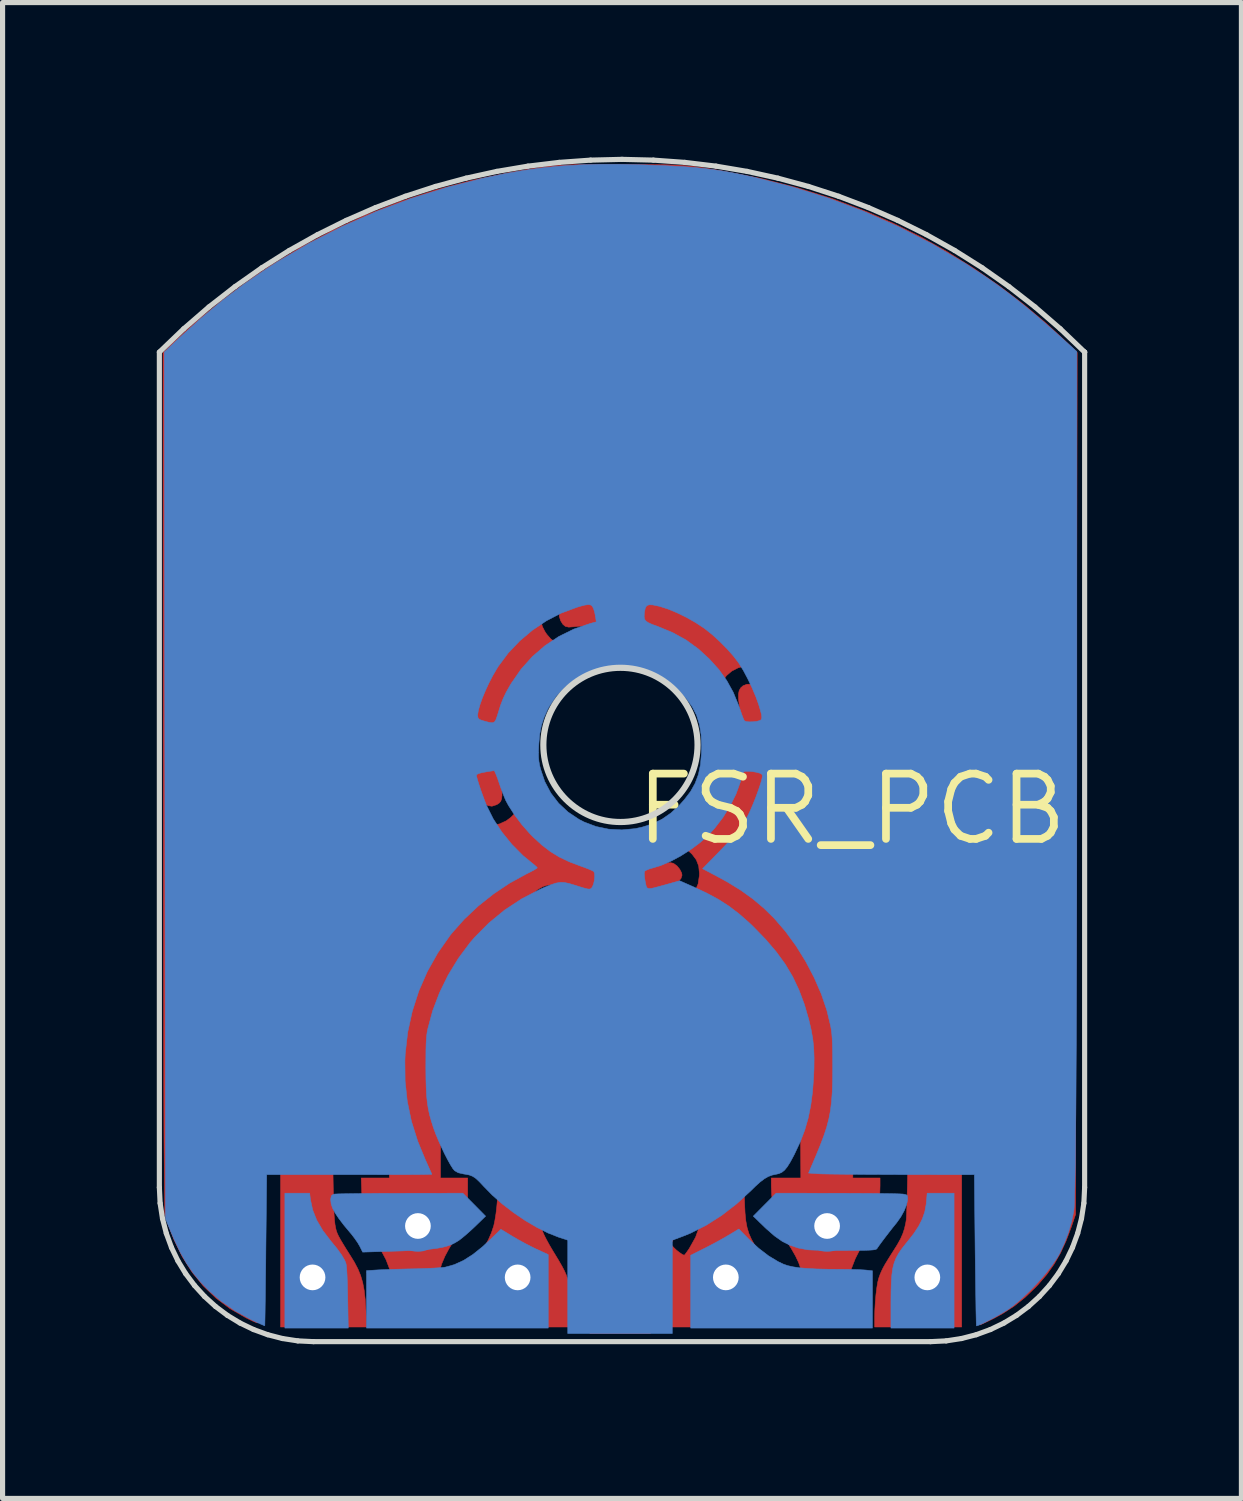
<source format=kicad_pcb>
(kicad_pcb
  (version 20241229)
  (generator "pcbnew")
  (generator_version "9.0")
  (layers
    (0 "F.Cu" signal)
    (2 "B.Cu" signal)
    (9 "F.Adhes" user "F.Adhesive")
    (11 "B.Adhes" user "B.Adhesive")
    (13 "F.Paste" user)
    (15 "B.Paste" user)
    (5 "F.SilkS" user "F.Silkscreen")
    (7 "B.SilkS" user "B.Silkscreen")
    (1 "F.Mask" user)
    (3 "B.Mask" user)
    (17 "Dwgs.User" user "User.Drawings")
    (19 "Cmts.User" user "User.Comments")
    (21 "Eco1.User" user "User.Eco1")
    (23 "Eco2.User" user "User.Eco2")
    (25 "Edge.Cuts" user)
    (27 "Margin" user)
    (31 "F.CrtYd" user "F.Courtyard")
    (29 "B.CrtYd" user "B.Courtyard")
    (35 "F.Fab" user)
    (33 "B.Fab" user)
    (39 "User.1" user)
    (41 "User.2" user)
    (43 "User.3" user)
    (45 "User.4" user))
  (footprint "FSR_PCB"
    (layer "F.Cu")
    (at 9.18 11.98)
    (property "Reference" "FSR_PCB" (at 4.34 0.71 0) (layer "F.SilkS") (effects (font (size 1.27 1.27) (thickness 0.15))))
    (attr through_hole)
    (fp_poly (pts (xy -5.217 4.912) (xy -5.037 5.076) (xy -5.037 7.547) (xy -5.397 7.547) (xy -5.397 4.749) (xy -5.217 4.912)) (stroke (width 0.01) (type solid)) (fill yes) (layer "F.Cu"))
    (fp_poly (pts (xy 5.071 4.795) (xy 5.073 4.854) (xy 5.075 4.949) (xy 5.076 5.075) (xy 5.078 5.23) (xy 5.079 5.41) (xy 5.08 5.611) (xy 5.08 5.83) (xy 5.081 6.063) (xy 5.081 6.16) (xy 5.081 7.547) (xy 4.7 7.547) (xy 4.7 5.078) (xy 4.878 4.926) (xy 4.951 4.865) (xy 5.012 4.815) (xy 5.054 4.783) (xy 5.069 4.774) (xy 5.071 4.795)) (stroke (width 0.01) (type solid)) (fill yes) (layer "F.Cu"))
    (fp_poly (pts (xy -1.77 8.047) (xy -1.763 8.153) (xy -1.758 8.267) (xy -1.756 8.353) (xy -1.749 8.515) (xy -1.729 8.682) (xy -1.699 8.837) (xy -1.67 8.937) (xy -1.644 8.997) (xy -1.6 9.084) (xy -1.544 9.186) (xy -1.48 9.295) (xy -1.45 9.344) (xy -1.364 9.486) (xy -1.298 9.601) (xy -1.248 9.696) (xy -1.212 9.778) (xy -1.185 9.856) (xy -1.166 9.928) (xy -1.153 10) (xy -1.14 10.103) (xy -1.127 10.226) (xy -1.116 10.357) (xy -1.107 10.486) (xy -1.101 10.602) (xy -1.1 10.664) (xy -1.1 10.785) (xy -3.221 10.785) (xy -3.207 10.431) (xy -3.201 10.302) (xy -3.193 10.18) (xy -3.185 10.073) (xy -3.177 9.992) (xy -3.173 9.961) (xy -3.132 9.815) (xy -3.097 9.736) (xy -2.513 9.736) (xy -2.509 9.846) (xy -2.462 9.952) (xy -2.416 10.01) (xy -2.32 10.086) (xy -2.213 10.123) (xy -2.1 10.12) (xy -2.011 10.087) (xy -1.912 10.016) (xy -1.849 9.925) (xy -1.823 9.815) (xy -1.837 9.69) (xy -1.838 9.685) (xy -1.884 9.578) (xy -1.956 9.498) (xy -2.044 9.447) (xy -2.143 9.426) (xy -2.244 9.434) (xy -2.341 9.474) (xy -2.425 9.545) (xy -2.476 9.622) (xy -2.513 9.736) (xy -3.097 9.736) (xy -3.057 9.646) (xy -2.946 9.454) (xy -2.91 9.397) (xy -2.808 9.233) (xy -2.73 9.089) (xy -2.672 8.957) (xy -2.628 8.826) (xy -2.624 8.813) (xy -2.603 8.713) (xy -2.582 8.583) (xy -2.565 8.435) (xy -2.551 8.279) (xy -2.542 8.127) (xy -2.54 8.018) (xy -2.539 7.886) (xy -1.783 7.886) (xy -1.77 8.047)) (stroke (width 0.01) (type solid)) (fill yes) (layer "F.Cu"))
    (fp_poly (pts (xy -0.042 -8.954) (xy 0.178 -8.951) (xy 0.384 -8.946) (xy 0.571 -8.937) (xy 0.729 -8.926) (xy 0.831 -8.915) (xy 1.445 -8.812) (xy 2.039 -8.673) (xy 2.612 -8.497) (xy 3.164 -8.286) (xy 3.694 -8.038) (xy 4.201 -7.755) (xy 4.686 -7.437) (xy 5.147 -7.084) (xy 5.187 -7.051) (xy 5.282 -6.97) (xy 5.386 -6.879) (xy 5.493 -6.782) (xy 5.599 -6.685) (xy 5.7 -6.59) (xy 5.792 -6.503) (xy 5.869 -6.427) (xy 5.927 -6.367) (xy 5.962 -6.327) (xy 5.97 -6.311) (xy 5.944 -6.304) (xy 5.883 -6.296) (xy 5.794 -6.287) (xy 5.683 -6.277) (xy 5.559 -6.268) (xy 5.427 -6.258) (xy 5.295 -6.25) (xy 5.169 -6.243) (xy 5.057 -6.239) (xy 4.967 -6.236) (xy 4.904 -6.237) (xy 4.901 -6.237) (xy 4.809 -6.247) (xy 4.718 -6.268) (xy 4.623 -6.303) (xy 4.517 -6.354) (xy 4.395 -6.426) (xy 4.249 -6.52) (xy 4.16 -6.58) (xy 3.724 -6.862) (xy 3.294 -7.107) (xy 2.862 -7.317) (xy 2.423 -7.496) (xy 1.969 -7.646) (xy 1.599 -7.746) (xy 1.337 -7.807) (xy 1.095 -7.855) (xy 0.862 -7.892) (xy 0.628 -7.918) (xy 0.383 -7.935) (xy 0.117 -7.944) (xy -0.158 -7.947) (xy -0.411 -7.945) (xy -0.632 -7.939) (xy -0.831 -7.928) (xy -1.016 -7.911) (xy -1.199 -7.888) (xy -1.389 -7.857) (xy -1.428 -7.85) (xy -1.896 -7.753) (xy -2.341 -7.634) (xy -2.769 -7.489) (xy -3.187 -7.317) (xy -3.602 -7.114) (xy -4.02 -6.877) (xy -4.444 -6.607) (xy -4.562 -6.53) (xy -4.678 -6.456) (xy -4.784 -6.391) (xy -4.872 -6.34) (xy -4.931 -6.309) (xy -4.989 -6.283) (xy -5.04 -6.264) (xy -5.093 -6.253) (xy -5.158 -6.246) (xy -5.246 -6.242) (xy -5.354 -6.24) (xy -5.468 -6.239) (xy -5.575 -6.242) (xy -5.662 -6.246) (xy -5.72 -6.253) (xy -5.725 -6.254) (xy -5.78 -6.261) (xy -5.865 -6.268) (xy -5.968 -6.272) (xy -6.069 -6.274) (xy -6.168 -6.275) (xy -6.25 -6.279) (xy -6.306 -6.285) (xy -6.328 -6.291) (xy -6.328 -6.291) (xy -6.313 -6.312) (xy -6.273 -6.357) (xy -6.212 -6.42) (xy -6.136 -6.497) (xy -6.049 -6.582) (xy -5.957 -6.671) (xy -5.866 -6.757) (xy -5.78 -6.837) (xy -5.705 -6.905) (xy -5.672 -6.934) (xy -5.219 -7.295) (xy -4.738 -7.624) (xy -4.233 -7.921) (xy -3.707 -8.184) (xy -3.162 -8.412) (xy -2.601 -8.605) (xy -2.027 -8.76) (xy -1.442 -8.876) (xy -1.185 -8.914) (xy -1.053 -8.928) (xy -0.888 -8.939) (xy -0.697 -8.947) (xy -0.487 -8.952) (xy -0.266 -8.954) (xy -0.042 -8.954)) (stroke (width 0.01) (type solid)) (fill yes) (layer "F.Cu"))
    (fp_poly (pts (xy -3.255 6.242) (xy -3.196 6.261) (xy -3.113 6.291) (xy -3.013 6.328) (xy -2.958 6.349) (xy -2.606 6.475) (xy -2.278 6.581) (xy -1.962 6.667) (xy -1.647 6.738) (xy -1.322 6.796) (xy -0.994 6.841) (xy -0.815 6.858) (xy -0.606 6.87) (xy -0.377 6.877) (xy -0.138 6.879) (xy 0.099 6.877) (xy 0.325 6.869) (xy 0.529 6.857) (xy 0.689 6.841) (xy 1.227 6.754) (xy 1.767 6.629) (xy 2.3 6.467) (xy 2.686 6.325) (xy 2.791 6.284) (xy 2.863 6.259) (xy 2.909 6.248) (xy 2.935 6.25) (xy 2.945 6.258) (xy 2.95 6.286) (xy 2.954 6.351) (xy 2.958 6.447) (xy 2.961 6.569) (xy 2.963 6.711) (xy 2.964 6.867) (xy 2.964 6.917) (xy 2.964 7.547) (xy 2.223 7.547) (xy 2.233 7.806) (xy 2.238 7.929) (xy 2.244 8.077) (xy 2.25 8.231) (xy 2.255 8.374) (xy 2.255 8.383) (xy 2.264 8.567) (xy 2.279 8.719) (xy 2.303 8.848) (xy 2.338 8.964) (xy 2.388 9.078) (xy 2.456 9.2) (xy 2.545 9.338) (xy 2.552 9.348) (xy 2.616 9.449) (xy 2.683 9.563) (xy 2.741 9.669) (xy 2.756 9.697) (xy 2.84 9.868) (xy 2.85 10.205) (xy 2.854 10.331) (xy 2.858 10.453) (xy 2.862 10.56) (xy 2.866 10.639) (xy 2.867 10.664) (xy 2.875 10.785) (xy 0.784 10.785) (xy 0.784 10.214) (xy 0.424 10.214) (xy 0.424 10.912) (xy -0.754 10.912) (xy -0.768 10.452) (xy -0.775 10.25) (xy -0.784 10.083) (xy -0.796 9.943) (xy -0.814 9.824) (xy -0.83 9.756) (xy 1.488 9.756) (xy 1.502 9.867) (xy 1.553 9.97) (xy 1.639 10.061) (xy 1.683 10.091) (xy 1.77 10.123) (xy 1.869 10.122) (xy 1.968 10.09) (xy 2.026 10.052) (xy 2.112 9.961) (xy 2.162 9.861) (xy 2.178 9.757) (xy 2.163 9.658) (xy 2.117 9.569) (xy 2.043 9.498) (xy 1.942 9.45) (xy 1.865 9.436) (xy 1.747 9.439) (xy 1.65 9.476) (xy 1.578 9.54) (xy 1.513 9.646) (xy 1.488 9.756) (xy -0.83 9.756) (xy -0.839 9.718) (xy -0.875 9.617) (xy -0.922 9.515) (xy -0.983 9.404) (xy -1.06 9.276) (xy -1.119 9.181) (xy -1.123 9.175) (xy 0.817 9.175) (xy 0.88 9.242) (xy 0.929 9.289) (xy 0.987 9.335) (xy 1.04 9.371) (xy 1.077 9.388) (xy 1.081 9.388) (xy 1.097 9.372) (xy 1.13 9.328) (xy 1.173 9.266) (xy 1.183 9.25) (xy 1.301 9.039) (xy 1.377 8.827) (xy 1.397 8.736) (xy 1.406 8.672) (xy 1.415 8.574) (xy 1.425 8.451) (xy 1.434 8.31) (xy 1.443 8.161) (xy 1.45 8.011) (xy 1.456 7.869) (xy 1.46 7.744) (xy 1.461 7.679) (xy 1.461 7.547) (xy 1.086 7.547) (xy 1.074 8.05) (xy 1.068 8.248) (xy 1.061 8.411) (xy 1.05 8.545) (xy 1.035 8.656) (xy 1.014 8.75) (xy 0.987 8.836) (xy 0.952 8.918) (xy 0.909 9.004) (xy 0.907 9.007) (xy 0.817 9.175) (xy -1.123 9.175) (xy -1.183 9.074) (xy -1.243 8.968) (xy -1.292 8.872) (xy -1.325 8.798) (xy -1.331 8.782) (xy -1.358 8.674) (xy -1.382 8.531) (xy -1.4 8.363) (xy -1.412 8.177) (xy -1.417 7.983) (xy -1.418 7.949) (xy -1.419 7.843) (xy -1.422 7.744) (xy -1.427 7.666) (xy -1.431 7.626) (xy -1.444 7.547) (xy -3.301 7.547) (xy -3.301 6.891) (xy -3.301 6.697) (xy -3.299 6.533) (xy -3.296 6.403) (xy -3.291 6.308) (xy -3.286 6.251) (xy -3.281 6.234) (xy -3.255 6.242)) (stroke (width 0.01) (type solid)) (fill yes) (layer "F.Cu"))
    (fp_poly (pts (xy -0.147 -11.83) (xy 0.114 -11.83) (xy 0.339 -11.829) (xy 0.532 -11.827) (xy 0.698 -11.825) (xy 0.843 -11.821) (xy 0.973 -11.815) (xy 1.092 -11.806) (xy 1.207 -11.796) (xy 1.321 -11.782) (xy 1.441 -11.766) (xy 1.572 -11.746) (xy 1.719 -11.722) (xy 1.832 -11.703) (xy 2.563 -11.56) (xy 3.274 -11.38) (xy 3.967 -11.163) (xy 4.643 -10.907) (xy 5.144 -10.688) (xy 5.665 -10.43) (xy 6.185 -10.14) (xy 6.696 -9.821) (xy 7.193 -9.48) (xy 7.668 -9.12) (xy 8.114 -8.747) (xy 8.454 -8.434) (xy 8.725 -8.172) (xy 8.709 0.211) (xy 8.694 8.595) (xy 8.611 8.838) (xy 8.509 9.109) (xy 8.399 9.348) (xy 8.276 9.562) (xy 8.134 9.762) (xy 7.968 9.956) (xy 7.92 10.007) (xy 7.708 10.211) (xy 7.494 10.382) (xy 7.266 10.529) (xy 7.104 10.617) (xy 7.01 10.663) (xy 6.928 10.702) (xy 6.868 10.73) (xy 6.837 10.743) (xy 6.834 10.743) (xy 6.832 10.722) (xy 6.83 10.662) (xy 6.828 10.563) (xy 6.826 10.43) (xy 6.825 10.264) (xy 6.823 10.067) (xy 6.822 9.843) (xy 6.82 9.593) (xy 6.819 9.32) (xy 6.818 9.026) (xy 6.817 8.714) (xy 6.817 8.386) (xy 6.817 8.044) (xy 6.816 7.787) (xy 6.816 4.831) (xy 6.929 4.681) (xy 7.116 4.416) (xy 7.305 4.121) (xy 7.49 3.804) (xy 7.667 3.478) (xy 7.828 3.151) (xy 7.968 2.835) (xy 7.997 2.763) (xy 8.121 2.431) (xy 8.237 2.076) (xy 8.342 1.71) (xy 8.433 1.343) (xy 8.507 0.987) (xy 8.561 0.651) (xy 8.574 0.551) (xy 8.583 0.445) (xy 8.591 0.303) (xy 8.598 0.134) (xy 8.604 -0.055) (xy 8.608 -0.257) (xy 8.61 -0.465) (xy 8.611 -0.67) (xy 8.61 -0.867) (xy 8.607 -1.047) (xy 8.601 -1.203) (xy 8.597 -1.289) (xy 8.547 -1.786) (xy 8.46 -2.294) (xy 8.338 -2.808) (xy 8.183 -3.32) (xy 7.996 -3.827) (xy 7.78 -4.321) (xy 7.537 -4.797) (xy 7.341 -5.132) (xy 7.161 -5.415) (xy 6.986 -5.67) (xy 6.807 -5.91) (xy 6.616 -6.144) (xy 6.403 -6.384) (xy 6.27 -6.527) (xy 5.824 -6.971) (xy 5.361 -7.377) (xy 4.878 -7.744) (xy 4.378 -8.074) (xy 3.858 -8.366) (xy 3.318 -8.621) (xy 2.759 -8.838) (xy 2.179 -9.019) (xy 1.578 -9.163) (xy 1.472 -9.184) (xy 1.324 -9.211) (xy 1.191 -9.234) (xy 1.062 -9.252) (xy 0.928 -9.267) (xy 0.78 -9.28) (xy 0.609 -9.292) (xy 0.42 -9.304) (xy -0.112 -9.322) (xy -0.617 -9.315) (xy -1.103 -9.281) (xy -1.578 -9.218) (xy -2.047 -9.127) (xy -2.52 -9.005) (xy -2.997 -8.855) (xy -3.535 -8.655) (xy -4.04 -8.433) (xy -4.517 -8.186) (xy -4.971 -7.911) (xy -5.407 -7.605) (xy -5.831 -7.264) (xy -6.246 -6.886) (xy -6.393 -6.742) (xy -6.681 -6.443) (xy -6.938 -6.154) (xy -7.172 -5.865) (xy -7.389 -5.568) (xy -7.596 -5.252) (xy -7.702 -5.079) (xy -7.994 -4.55) (xy -8.25 -3.998) (xy -8.47 -3.428) (xy -8.652 -2.843) (xy -8.796 -2.244) (xy -8.835 -2.042) (xy -8.861 -1.889) (xy -8.883 -1.752) (xy -8.901 -1.622) (xy -8.915 -1.494) (xy -8.925 -1.361) (xy -8.933 -1.216) (xy -8.937 -1.053) (xy -8.94 -0.864) (xy -8.941 -0.644) (xy -8.941 -0.496) (xy -8.941 -0.269) (xy -8.94 -0.077) (xy -8.936 0.087) (xy -8.931 0.23) (xy -8.923 0.358) (xy -8.912 0.479) (xy -8.897 0.6) (xy -8.877 0.728) (xy -8.852 0.869) (xy -8.822 1.031) (xy -8.813 1.08) (xy -8.679 1.675) (xy -8.507 2.255) (xy -8.3 2.817) (xy -8.058 3.359) (xy -7.782 3.878) (xy -7.472 4.373) (xy -7.353 4.545) (xy -7.151 4.827) (xy -7.158 7.737) (xy -7.159 8.205) (xy -7.161 8.63) (xy -7.162 9.014) (xy -7.164 9.357) (xy -7.166 9.659) (xy -7.168 9.922) (xy -7.171 10.145) (xy -7.173 10.329) (xy -7.176 10.474) (xy -7.179 10.582) (xy -7.183 10.651) (xy -7.186 10.684) (xy -7.187 10.686) (xy -7.199 10.7) (xy -7.218 10.705) (xy -7.249 10.697) (xy -7.301 10.676) (xy -7.38 10.638) (xy -7.447 10.605) (xy -7.752 10.43) (xy -8.028 10.223) (xy -8.276 9.985) (xy -8.495 9.716) (xy -8.685 9.416) (xy -8.846 9.086) (xy -8.946 8.824) (xy -9.024 8.595) (xy -9.039 7.261) (xy -9.04 7.134) (xy -9.041 6.967) (xy -9.042 6.761) (xy -9.043 6.519) (xy -9.044 6.243) (xy -9.045 5.934) (xy -9.046 5.594) (xy -9.048 5.226) (xy -9.048 4.832) (xy -9.049 4.412) (xy -9.05 3.971) (xy -9.051 3.508) (xy -9.052 3.027) (xy -9.053 2.529) (xy -9.053 2.016) (xy -9.054 1.491) (xy -9.054 0.954) (xy -9.055 0.409) (xy -9.055 -0.143) (xy -9.056 -0.7) (xy -9.056 -1.121) (xy -9.059 -8.17) (xy -8.884 -8.341) (xy -8.599 -8.608) (xy -8.284 -8.882) (xy -7.947 -9.156) (xy -7.598 -9.422) (xy -7.246 -9.674) (xy -7 -9.84) (xy -6.391 -10.213) (xy -5.763 -10.548) (xy -5.117 -10.847) (xy -4.45 -11.108) (xy -3.764 -11.333) (xy -3.056 -11.521) (xy -2.328 -11.672) (xy -2.095 -11.712) (xy -1.939 -11.738) (xy -1.802 -11.759) (xy -1.679 -11.777) (xy -1.566 -11.792) (xy -1.455 -11.803) (xy -1.344 -11.812) (xy -1.225 -11.819) (xy -1.094 -11.824) (xy -0.945 -11.827) (xy -0.774 -11.829) (xy -0.575 -11.83) (xy -0.343 -11.83) (xy -0.147 -11.83)) (stroke (width 0.01) (type solid)) (fill yes) (layer "F.Cu"))
    (fp_poly (pts (xy -4.951 -2.613) (xy -4.904 -2.591) (xy -4.853 -2.542) (xy -4.812 -2.489) (xy -4.786 -2.441) (xy -4.783 -2.424) (xy -4.789 -2.388) (xy -4.805 -2.322) (xy -4.829 -2.234) (xy -4.855 -2.143) (xy -4.973 -1.705) (xy -5.057 -1.285) (xy -5.105 -0.878) (xy -5.119 -0.479) (xy -5.099 -0.082) (xy -5.044 0.318) (xy -4.97 0.667) (xy -4.911 0.892) (xy -4.851 1.079) (xy -4.79 1.231) (xy -4.724 1.352) (xy -4.653 1.446) (xy -4.573 1.516) (xy -4.523 1.548) (xy -4.459 1.58) (xy -4.402 1.598) (xy -4.335 1.606) (xy -4.243 1.608) (xy -4.114 1.601) (xy -4.012 1.577) (xy -3.923 1.533) (xy -3.843 1.471) (xy -3.751 1.372) (xy -3.69 1.26) (xy -3.659 1.132) (xy -3.658 0.984) (xy -3.687 0.811) (xy -3.732 0.646) (xy -3.79 0.456) (xy -3.833 0.288) (xy -3.865 0.129) (xy -3.886 -0.03) (xy -3.898 -0.203) (xy -3.903 -0.401) (xy -3.904 -0.507) (xy -3.902 -0.693) (xy -3.898 -0.856) (xy -3.89 -0.991) (xy -3.879 -1.091) (xy -3.876 -1.11) (xy -3.85 -1.246) (xy -3.817 -1.39) (xy -3.78 -1.533) (xy -3.742 -1.665) (xy -3.706 -1.777) (xy -3.674 -1.857) (xy -3.671 -1.865) (xy -3.609 -1.958) (xy -3.535 -2.013) (xy -3.454 -2.03) (xy -3.371 -2.006) (xy -3.298 -1.951) (xy -3.258 -1.905) (xy -3.242 -1.861) (xy -3.242 -1.8) (xy -3.243 -1.79) (xy -3.252 -1.733) (xy -3.27 -1.646) (xy -3.294 -1.541) (xy -3.322 -1.427) (xy -3.328 -1.407) (xy -3.36 -1.277) (xy -3.389 -1.137) (xy -3.414 -1.005) (xy -3.429 -0.899) (xy -3.445 -0.68) (xy -3.445 -0.451) (xy -3.43 -0.219) (xy -3.402 0.008) (xy -3.36 0.224) (xy -3.308 0.421) (xy -3.245 0.591) (xy -3.173 0.728) (xy -3.162 0.745) (xy -3.055 0.868) (xy -2.932 0.956) (xy -2.798 1.008) (xy -2.657 1.023) (xy -2.517 1) (xy -2.381 0.938) (xy -2.294 0.873) (xy -2.209 0.789) (xy -2.153 0.705) (xy -2.122 0.609) (xy -2.109 0.491) (xy -2.108 0.424) (xy -2.11 0.322) (xy -2.116 0.22) (xy -2.124 0.138) (xy -2.126 0.122) (xy -2.126 -0.009) (xy -2.087 -0.127) (xy -2.008 -0.231) (xy -1.983 -0.253) (xy -1.931 -0.294) (xy -1.891 -0.318) (xy -1.876 -0.321) (xy -1.862 -0.3) (xy -1.838 -0.246) (xy -1.807 -0.168) (xy -1.772 -0.073) (xy -1.768 -0.06) (xy -1.698 0.123) (xy -1.625 0.276) (xy -1.542 0.41) (xy -1.444 0.536) (xy -1.41 0.574) (xy -1.218 0.758) (xy -1.007 0.906) (xy -0.773 1.021) (xy -0.581 1.085) (xy -0.37 1.146) (xy -0.285 1.307) (xy -0.209 1.441) (xy -0.136 1.543) (xy -0.06 1.622) (xy 0.029 1.688) (xy 0.053 1.703) (xy 0.12 1.741) (xy 0.179 1.764) (xy 0.245 1.777) (xy 0.335 1.785) (xy 0.355 1.786) (xy 0.466 1.787) (xy 0.58 1.781) (xy 0.677 1.769) (xy 0.678 1.768) (xy 0.761 1.755) (xy 0.816 1.753) (xy 0.859 1.762) (xy 0.88 1.771) (xy 0.941 1.816) (xy 0.994 1.881) (xy 1.03 1.952) (xy 1.038 1.996) (xy 1.017 2.061) (xy 0.958 2.125) (xy 0.862 2.187) (xy 0.734 2.244) (xy 0.719 2.25) (xy 0.608 2.287) (xy 0.499 2.315) (xy 0.386 2.336) (xy 0.262 2.349) (xy 0.118 2.357) (xy -0.053 2.358) (xy -0.258 2.356) (xy -0.28 2.355) (xy -0.434 2.351) (xy -0.554 2.347) (xy -0.648 2.343) (xy -0.724 2.336) (xy -0.791 2.325) (xy -0.856 2.311) (xy -0.928 2.293) (xy -1.01 2.269) (xy -1.192 2.22) (xy -1.342 2.19) (xy -1.467 2.179) (xy -1.572 2.188) (xy -1.665 2.215) (xy -1.751 2.262) (xy -1.797 2.296) (xy -1.867 2.37) (xy -1.932 2.471) (xy -1.986 2.585) (xy -2.019 2.696) (xy -2.022 2.721) (xy -2.019 2.831) (xy -1.984 2.952) (xy -1.922 3.071) (xy -1.868 3.144) (xy -1.777 3.224) (xy -1.65 3.298) (xy -1.49 3.367) (xy -1.304 3.427) (xy -1.097 3.479) (xy -0.873 3.521) (xy -0.638 3.553) (xy -0.397 3.573) (xy -0.155 3.579) (xy 0.083 3.572) (xy 0.136 3.568) (xy 0.301 3.552) (xy 0.462 3.53) (xy 0.63 3.5) (xy 0.814 3.46) (xy 1.024 3.408) (xy 1.146 3.377) (xy 1.257 3.348) (xy 1.336 3.329) (xy 1.391 3.32) (xy 1.43 3.32) (xy 1.463 3.327) (xy 1.482 3.334) (xy 1.551 3.382) (xy 1.604 3.454) (xy 1.63 3.534) (xy 1.631 3.549) (xy 1.617 3.613) (xy 1.573 3.672) (xy 1.497 3.729) (xy 1.386 3.784) (xy 1.238 3.838) (xy 1.05 3.895) (xy 1.042 3.897) (xy 0.858 3.944) (xy 0.681 3.98) (xy 0.504 4.006) (xy 0.315 4.024) (xy 0.105 4.034) (xy -0.135 4.038) (xy -0.19 4.038) (xy -0.422 4.035) (xy -0.622 4.028) (xy -0.798 4.013) (xy -0.961 3.991) (xy -1.12 3.961) (xy -1.283 3.92) (xy -1.383 3.892) (xy -1.574 3.837) (xy -1.73 3.795) (xy -1.857 3.765) (xy -1.96 3.746) (xy -2.045 3.738) (xy -2.117 3.738) (xy -2.182 3.748) (xy -2.22 3.758) (xy -2.342 3.813) (xy -2.449 3.903) (xy -2.535 4.018) (xy -2.592 4.151) (xy -2.603 4.194) (xy -2.613 4.34) (xy -2.585 4.485) (xy -2.524 4.621) (xy -2.433 4.737) (xy -2.359 4.799) (xy -2.241 4.865) (xy -2.085 4.931) (xy -1.897 4.994) (xy -1.683 5.054) (xy -1.449 5.108) (xy -1.198 5.157) (xy -0.936 5.197) (xy -0.67 5.229) (xy -0.512 5.243) (xy -0.14 5.256) (xy 0.253 5.239) (xy 0.661 5.192) (xy 1.074 5.118) (xy 1.486 5.016) (xy 1.66 4.964) (xy 1.797 4.923) (xy 1.901 4.896) (xy 1.98 4.884) (xy 2.039 4.885) (xy 2.086 4.901) (xy 2.128 4.93) (xy 2.151 4.952) (xy 2.21 5.03) (xy 2.226 5.105) (xy 2.2 5.179) (xy 2.132 5.25) (xy 2.022 5.32) (xy 2.001 5.33) (xy 1.878 5.383) (xy 1.721 5.438) (xy 1.535 5.493) (xy 1.329 5.546) (xy 1.11 5.595) (xy 0.884 5.638) (xy 0.805 5.652) (xy 0.6 5.688) (xy 0.431 5.726) (xy 0.293 5.767) (xy 0.179 5.814) (xy 0.083 5.868) (xy -0.001 5.933) (xy -0.066 5.997) (xy -0.148 6.099) (xy -0.223 6.218) (xy -0.284 6.34) (xy -0.323 6.449) (xy -0.327 6.463) (xy -0.342 6.534) (xy -0.536 6.52) (xy -0.999 6.477) (xy -1.434 6.412) (xy -1.849 6.324) (xy -2.254 6.21) (xy -2.658 6.068) (xy -3.071 5.894) (xy -3.292 5.791) (xy -3.633 5.627) (xy -3.647 6.402) (xy -3.65 6.598) (xy -3.653 6.797) (xy -3.656 6.991) (xy -3.658 7.172) (xy -3.66 7.333) (xy -3.661 7.464) (xy -3.661 7.531) (xy -3.661 7.886) (xy -3.132 7.886) (xy -3.132 8.187) (xy -3.135 8.362) (xy -3.145 8.505) (xy -3.165 8.627) (xy -3.198 8.738) (xy -3.247 8.85) (xy -3.316 8.973) (xy -3.398 9.102) (xy -3.496 9.261) (xy -3.575 9.409) (xy -3.637 9.555) (xy -3.684 9.707) (xy -3.72 9.874) (xy -3.747 10.064) (xy -3.766 10.285) (xy -3.771 10.367) (xy -3.797 10.785) (xy -4.547 10.785) (xy -4.558 10.653) (xy -4.563 10.585) (xy -4.568 10.485) (xy -4.573 10.366) (xy -4.578 10.238) (xy -4.58 10.181) (xy -4.586 10.033) (xy -4.594 9.918) (xy -4.606 9.826) (xy -4.621 9.749) (xy -4.636 9.695) (xy -4.72 9.476) (xy -4.838 9.253) (xy -4.941 9.092) (xy -5.012 8.988) (xy -5.067 8.898) (xy -5.108 8.811) (xy -5.139 8.722) (xy -5.141 8.713) (xy -4.503 8.713) (xy -4.5 8.826) (xy -4.466 8.934) (xy -4.403 9.027) (xy -4.328 9.086) (xy -4.229 9.126) (xy -4.133 9.128) (xy -4.031 9.094) (xy -3.923 9.026) (xy -3.851 8.939) (xy -3.816 8.838) (xy -3.82 8.728) (xy -3.858 8.625) (xy -3.926 8.536) (xy -4.014 8.475) (xy -4.114 8.442) (xy -4.218 8.438) (xy -4.317 8.463) (xy -4.403 8.517) (xy -4.468 8.601) (xy -4.471 8.606) (xy -4.503 8.713) (xy -5.141 8.713) (xy -5.16 8.623) (xy -5.175 8.504) (xy -5.185 8.359) (xy -5.192 8.179) (xy -5.192 8.177) (xy -5.203 7.886) (xy -4.656 7.886) (xy -4.656 4.93) (xy -4.935 4.667) (xy -5.046 4.56) (xy -5.165 4.441) (xy -5.282 4.322) (xy -5.384 4.215) (xy -5.424 4.171) (xy -5.764 3.763) (xy -6.071 3.33) (xy -6.345 2.874) (xy -6.585 2.398) (xy -6.788 1.905) (xy -6.954 1.399) (xy -7.081 0.882) (xy -7.169 0.357) (xy -7.209 -0.06) (xy -7.215 -0.16) (xy -7.216 -0.226) (xy -7.212 -0.266) (xy -7.203 -0.287) (xy -7.187 -0.298) (xy -7.186 -0.298) (xy -7.132 -0.298) (xy -7.065 -0.267) (xy -6.993 -0.213) (xy -6.922 -0.141) (xy -6.86 -0.06) (xy -6.814 0.026) (xy -6.806 0.048) (xy -6.791 0.102) (xy -6.77 0.189) (xy -6.747 0.298) (xy -6.723 0.42) (xy -6.708 0.497) (xy -6.66 0.741) (xy -6.608 0.98) (xy -6.552 1.206) (xy -6.495 1.414) (xy -6.438 1.598) (xy -6.382 1.752) (xy -6.334 1.864) (xy -6.245 2.003) (xy -6.134 2.11) (xy -6.063 2.155) (xy -5.965 2.189) (xy -5.844 2.203) (xy -5.715 2.198) (xy -5.593 2.175) (xy -5.528 2.151) (xy -5.405 2.074) (xy -5.309 1.967) (xy -5.242 1.836) (xy -5.209 1.688) (xy -5.206 1.628) (xy -5.212 1.572) (xy -5.229 1.488) (xy -5.255 1.387) (xy -5.283 1.288) (xy -5.363 1.02) (xy -5.428 0.789) (xy -5.477 0.591) (xy -5.512 0.424) (xy -5.516 0.403) (xy -5.528 0.316) (xy -5.538 0.195) (xy -5.546 0.045) (xy -5.553 -0.124) (xy -5.559 -0.306) (xy -5.562 -0.493) (xy -5.564 -0.678) (xy -5.564 -0.854) (xy -5.561 -1.012) (xy -5.556 -1.147) (xy -5.549 -1.249) (xy -5.546 -1.273) (xy -5.523 -1.417) (xy -5.49 -1.58) (xy -5.45 -1.754) (xy -5.406 -1.929) (xy -5.358 -2.097) (xy -5.311 -2.249) (xy -5.265 -2.376) (xy -5.227 -2.465) (xy -5.172 -2.551) (xy -5.111 -2.6) (xy -5.033 -2.618) (xy -5.012 -2.619) (xy -4.951 -2.613)) (stroke (width 0.01) (type solid)) (fill yes) (layer "F.Cu"))
    (fp_poly (pts (xy 5.555 -2.901) (xy 5.601 -2.874) (xy 5.641 -2.829) (xy 5.682 -2.756) (xy 5.692 -2.737) (xy 5.75 -2.597) (xy 5.81 -2.419) (xy 5.869 -2.208) (xy 5.927 -1.968) (xy 5.979 -1.714) (xy 6.016 -1.525) (xy 6.046 -1.373) (xy 6.07 -1.252) (xy 6.091 -1.157) (xy 6.108 -1.084) (xy 6.124 -1.026) (xy 6.139 -0.98) (xy 6.155 -0.939) (xy 6.173 -0.899) (xy 6.179 -0.887) (xy 6.25 -0.772) (xy 6.349 -0.659) (xy 6.467 -0.555) (xy 6.593 -0.47) (xy 6.718 -0.41) (xy 6.783 -0.392) (xy 6.828 -0.378) (xy 6.86 -0.354) (xy 6.881 -0.314) (xy 6.891 -0.253) (xy 6.891 -0.166) (xy 6.884 -0.046) (xy 6.872 0.072) (xy 6.796 0.631) (xy 6.683 1.17) (xy 6.534 1.689) (xy 6.346 2.191) (xy 6.121 2.678) (xy 5.879 3.112) (xy 5.759 3.307) (xy 5.641 3.486) (xy 5.52 3.655) (xy 5.391 3.821) (xy 5.249 3.989) (xy 5.088 4.168) (xy 4.904 4.363) (xy 4.759 4.511) (xy 4.361 4.915) (xy 4.361 7.886) (xy 4.89 7.886) (xy 4.89 8.039) (xy 4.885 8.203) (xy 4.873 8.365) (xy 4.855 8.514) (xy 4.833 8.641) (xy 4.806 8.736) (xy 4.805 8.739) (xy 4.774 8.809) (xy 4.726 8.9) (xy 4.669 8.997) (xy 4.635 9.05) (xy 4.509 9.256) (xy 4.409 9.453) (xy 4.332 9.651) (xy 4.277 9.857) (xy 4.24 10.08) (xy 4.219 10.327) (xy 4.213 10.59) (xy 4.213 10.785) (xy 3.435 10.785) (xy 3.424 10.336) (xy 3.417 10.125) (xy 3.404 9.948) (xy 3.383 9.796) (xy 3.351 9.66) (xy 3.306 9.531) (xy 3.245 9.402) (xy 3.165 9.262) (xy 3.065 9.104) (xy 3.053 9.085) (xy 2.972 8.955) (xy 2.907 8.835) (xy 2.9 8.819) (xy 3.5 8.819) (xy 3.528 8.921) (xy 3.585 9.012) (xy 3.669 9.083) (xy 3.675 9.086) (xy 3.772 9.126) (xy 3.867 9.128) (xy 3.971 9.094) (xy 4.069 9.03) (xy 4.139 8.942) (xy 4.179 8.841) (xy 4.185 8.734) (xy 4.155 8.63) (xy 4.128 8.583) (xy 4.049 8.507) (xy 3.947 8.457) (xy 3.833 8.438) (xy 3.72 8.451) (xy 3.671 8.47) (xy 3.586 8.532) (xy 3.529 8.616) (xy 3.501 8.714) (xy 3.5 8.819) (xy 2.9 8.819) (xy 2.865 8.736) (xy 2.859 8.719) (xy 2.836 8.623) (xy 2.814 8.498) (xy 2.796 8.355) (xy 2.782 8.208) (xy 2.775 8.068) (xy 2.774 8.007) (xy 2.774 7.886) (xy 3.349 7.886) (xy 3.342 6.776) (xy 3.34 6.563) (xy 3.338 6.363) (xy 3.336 6.18) (xy 3.333 6.018) (xy 3.33 5.88) (xy 3.327 5.771) (xy 3.324 5.695) (xy 3.321 5.656) (xy 3.32 5.652) (xy 3.297 5.655) (xy 3.242 5.674) (xy 3.164 5.706) (xy 3.069 5.748) (xy 3.026 5.768) (xy 2.535 5.983) (xy 2.059 6.161) (xy 1.595 6.301) (xy 1.141 6.405) (xy 0.693 6.475) (xy 0.583 6.486) (xy 0.418 6.502) (xy 0.291 6.514) (xy 0.196 6.522) (xy 0.13 6.526) (xy 0.086 6.526) (xy 0.06 6.522) (xy 0.047 6.514) (xy 0.043 6.503) (xy 0.043 6.497) (xy 0.057 6.45) (xy 0.093 6.385) (xy 0.142 6.313) (xy 0.198 6.247) (xy 0.245 6.203) (xy 0.295 6.168) (xy 0.349 6.139) (xy 0.411 6.113) (xy 0.49 6.089) (xy 0.592 6.064) (xy 0.723 6.037) (xy 0.867 6.01) (xy 1.121 5.959) (xy 1.367 5.904) (xy 1.599 5.846) (xy 1.812 5.787) (xy 1.999 5.727) (xy 2.156 5.67) (xy 2.267 5.62) (xy 2.346 5.566) (xy 2.426 5.489) (xy 2.494 5.402) (xy 2.539 5.32) (xy 2.542 5.312) (xy 2.555 5.25) (xy 2.566 5.163) (xy 2.571 5.069) (xy 2.571 5.058) (xy 2.57 4.968) (xy 2.564 4.906) (xy 2.549 4.858) (xy 2.522 4.81) (xy 2.514 4.799) (xy 2.435 4.706) (xy 2.333 4.623) (xy 2.219 4.556) (xy 2.104 4.513) (xy 2.01 4.499) (xy 1.967 4.505) (xy 1.895 4.521) (xy 1.802 4.545) (xy 1.701 4.573) (xy 1.467 4.642) (xy 1.266 4.699) (xy 1.091 4.745) (xy 0.934 4.781) (xy 0.788 4.81) (xy 0.647 4.831) (xy 0.503 4.847) (xy 0.348 4.858) (xy 0.176 4.866) (xy 0.02 4.871) (xy -0.293 4.876) (xy -0.575 4.869) (xy -0.834 4.849) (xy -1.079 4.817) (xy -1.32 4.769) (xy -1.565 4.706) (xy -1.663 4.677) (xy -1.835 4.624) (xy -1.969 4.578) (xy -2.072 4.537) (xy -2.146 4.498) (xy -2.195 4.458) (xy -2.225 4.415) (xy -2.24 4.366) (xy -2.243 4.318) (xy -2.226 4.229) (xy -2.182 4.153) (xy -2.117 4.1) (xy -2.085 4.088) (xy -2.039 4.089) (xy -1.957 4.106) (xy -1.841 4.138) (xy -1.738 4.17) (xy -1.513 4.237) (xy -1.298 4.291) (xy -1.086 4.332) (xy -0.866 4.362) (xy -0.631 4.382) (xy -0.371 4.393) (xy -0.105 4.396) (xy 0.166 4.392) (xy 0.406 4.379) (xy 0.627 4.355) (xy 0.839 4.319) (xy 1.054 4.269) (xy 1.282 4.202) (xy 1.355 4.179) (xy 1.541 4.112) (xy 1.687 4.044) (xy 1.799 3.969) (xy 1.88 3.884) (xy 1.934 3.785) (xy 1.965 3.667) (xy 1.976 3.526) (xy 1.976 3.508) (xy 1.966 3.385) (xy 1.932 3.281) (xy 1.866 3.183) (xy 1.796 3.108) (xy 1.712 3.037) (xy 1.624 2.988) (xy 1.526 2.96) (xy 1.414 2.954) (xy 1.28 2.969) (xy 1.118 3.003) (xy 0.987 3.039) (xy 0.58 3.139) (xy 0.187 3.2) (xy -0.193 3.221) (xy -0.564 3.203) (xy -0.927 3.146) (xy -1.285 3.049) (xy -1.391 3.013) (xy -1.506 2.965) (xy -1.584 2.916) (xy -1.63 2.861) (xy -1.649 2.796) (xy -1.65 2.77) (xy -1.637 2.687) (xy -1.603 2.611) (xy -1.555 2.558) (xy -1.546 2.552) (xy -1.508 2.538) (xy -1.463 2.533) (xy -1.402 2.538) (xy -1.32 2.555) (xy -1.208 2.584) (xy -1.136 2.604) (xy -0.888 2.668) (xy -0.661 2.712) (xy -0.44 2.737) (xy -0.208 2.747) (xy -0.158 2.747) (xy 0.081 2.737) (xy 0.323 2.71) (xy 0.56 2.668) (xy 0.78 2.613) (xy 0.975 2.546) (xy 1.083 2.497) (xy 1.203 2.414) (xy 1.293 2.302) (xy 1.351 2.165) (xy 1.375 2.004) (xy 1.376 1.96) (xy 1.362 1.817) (xy 1.316 1.697) (xy 1.236 1.59) (xy 1.215 1.569) (xy 1.126 1.491) (xy 1.038 1.438) (xy 0.942 1.408) (xy 0.829 1.398) (xy 0.689 1.405) (xy 0.634 1.411) (xy 0.492 1.423) (xy 0.381 1.422) (xy 0.294 1.406) (xy 0.222 1.372) (xy 0.155 1.318) (xy 0.127 1.288) (xy 0.082 1.235) (xy 0.054 1.191) (xy 0.049 1.17) (xy 0.071 1.154) (xy 0.125 1.131) (xy 0.201 1.104) (xy 0.246 1.091) (xy 0.51 0.993) (xy 0.749 0.861) (xy 0.962 0.697) (xy 1.119 0.535) (xy 1.195 0.433) (xy 1.273 0.305) (xy 1.348 0.163) (xy 1.411 0.023) (xy 1.457 -0.104) (xy 1.469 -0.149) (xy 1.493 -0.245) (xy 1.52 -0.31) (xy 1.555 -0.353) (xy 1.608 -0.384) (xy 1.669 -0.409) (xy 1.817 -0.484) (xy 1.947 -0.594) (xy 2.053 -0.731) (xy 2.128 -0.888) (xy 2.15 -0.958) (xy 2.165 -1.023) (xy 2.172 -1.08) (xy 2.172 -1.14) (xy 2.164 -1.219) (xy 2.152 -1.305) (xy 2.137 -1.433) (xy 2.136 -1.528) (xy 2.15 -1.599) (xy 2.182 -1.652) (xy 2.226 -1.69) (xy 2.298 -1.718) (xy 2.383 -1.721) (xy 2.46 -1.699) (xy 2.475 -1.689) (xy 2.521 -1.638) (xy 2.569 -1.551) (xy 2.615 -1.434) (xy 2.658 -1.293) (xy 2.666 -1.265) (xy 2.731 -0.921) (xy 2.754 -0.573) (xy 2.735 -0.219) (xy 2.674 0.14) (xy 2.632 0.307) (xy 2.587 0.48) (xy 2.558 0.621) (xy 2.545 0.735) (xy 2.547 0.83) (xy 2.564 0.91) (xy 2.573 0.935) (xy 2.645 1.068) (xy 2.746 1.176) (xy 2.87 1.256) (xy 3.009 1.303) (xy 3.157 1.316) (xy 3.29 1.294) (xy 3.404 1.246) (xy 3.505 1.172) (xy 3.594 1.07) (xy 3.673 0.936) (xy 3.743 0.768) (xy 3.806 0.563) (xy 3.864 0.32) (xy 3.872 0.276) (xy 3.934 -0.125) (xy 3.956 -0.518) (xy 3.94 -0.91) (xy 3.883 -1.304) (xy 3.787 -1.706) (xy 3.757 -1.807) (xy 3.721 -1.928) (xy 3.699 -2.018) (xy 3.688 -2.084) (xy 3.689 -2.134) (xy 3.7 -2.178) (xy 3.716 -2.211) (xy 3.763 -2.274) (xy 3.827 -2.308) (xy 3.912 -2.317) (xy 3.978 -2.309) (xy 4.033 -2.284) (xy 4.082 -2.237) (xy 4.126 -2.163) (xy 4.17 -2.058) (xy 4.217 -1.917) (xy 4.233 -1.862) (xy 4.277 -1.709) (xy 4.312 -1.578) (xy 4.339 -1.46) (xy 4.359 -1.345) (xy 4.373 -1.227) (xy 4.384 -1.095) (xy 4.391 -0.942) (xy 4.396 -0.759) (xy 4.398 -0.666) (xy 4.4 -0.426) (xy 4.399 -0.221) (xy 4.392 -0.04) (xy 4.378 0.124) (xy 4.356 0.28) (xy 4.325 0.437) (xy 4.284 0.603) (xy 4.232 0.786) (xy 4.191 0.92) (xy 4.146 1.071) (xy 4.116 1.191) (xy 4.1 1.288) (xy 4.097 1.368) (xy 4.106 1.44) (xy 4.117 1.482) (xy 4.18 1.626) (xy 4.277 1.747) (xy 4.398 1.837) (xy 4.539 1.894) (xy 4.684 1.913) (xy 4.828 1.897) (xy 4.962 1.847) (xy 5.08 1.766) (xy 5.175 1.654) (xy 5.192 1.626) (xy 5.246 1.514) (xy 5.303 1.367) (xy 5.36 1.194) (xy 5.417 1.001) (xy 5.47 0.796) (xy 5.517 0.586) (xy 5.557 0.379) (xy 5.561 0.357) (xy 5.573 0.278) (xy 5.582 0.196) (xy 5.589 0.103) (xy 5.594 -0.005) (xy 5.597 -0.137) (xy 5.599 -0.297) (xy 5.599 -0.494) (xy 5.599 -0.496) (xy 5.598 -0.756) (xy 5.592 -0.982) (xy 5.581 -1.182) (xy 5.564 -1.366) (xy 5.54 -1.54) (xy 5.507 -1.715) (xy 5.465 -1.897) (xy 5.411 -2.097) (xy 5.356 -2.286) (xy 5.312 -2.44) (xy 5.28 -2.56) (xy 5.261 -2.652) (xy 5.254 -2.72) (xy 5.258 -2.771) (xy 5.274 -2.81) (xy 5.301 -2.842) (xy 5.308 -2.85) (xy 5.393 -2.906) (xy 5.481 -2.92) (xy 5.555 -2.901)) (stroke (width 0.01) (type solid)) (fill yes) (layer "F.Cu"))
    (fp_poly (pts (xy -0.462 -7.586) (xy -0.412 -7.582) (xy -0.388 -7.572) (xy -0.38 -7.554) (xy -0.38 -7.547) (xy -0.394 -7.506) (xy -0.431 -7.446) (xy -0.484 -7.377) (xy -0.543 -7.31) (xy -0.603 -7.254) (xy -0.617 -7.242) (xy -0.698 -7.196) (xy -0.809 -7.156) (xy -0.94 -7.124) (xy -1.015 -7.111) (xy -1.197 -7.082) (xy -1.404 -7.041) (xy -1.624 -6.993) (xy -1.843 -6.939) (xy -2.048 -6.884) (xy -2.226 -6.83) (xy -2.247 -6.823) (xy -2.432 -6.755) (xy -2.579 -6.686) (xy -2.693 -6.613) (xy -2.78 -6.531) (xy -2.845 -6.439) (xy -2.88 -6.36) (xy -2.913 -6.219) (xy -2.908 -6.08) (xy -2.871 -5.947) (xy -2.804 -5.828) (xy -2.713 -5.726) (xy -2.602 -5.648) (xy -2.474 -5.598) (xy -2.335 -5.583) (xy -2.279 -5.588) (xy -2.222 -5.598) (xy -2.133 -5.619) (xy -2.023 -5.647) (xy -1.9 -5.68) (xy -1.81 -5.705) (xy -1.514 -5.786) (xy -1.245 -5.85) (xy -0.994 -5.897) (xy -0.752 -5.929) (xy -0.508 -5.949) (xy -0.253 -5.957) (xy -0.177 -5.957) (xy 0.205 -5.946) (xy 0.565 -5.912) (xy 0.919 -5.852) (xy 1.282 -5.764) (xy 1.355 -5.744) (xy 1.551 -5.682) (xy 1.705 -5.62) (xy 1.818 -5.557) (xy 1.892 -5.492) (xy 1.927 -5.425) (xy 1.924 -5.354) (xy 1.884 -5.278) (xy 1.855 -5.244) (xy 1.812 -5.203) (xy 1.767 -5.179) (xy 1.713 -5.169) (xy 1.642 -5.175) (xy 1.547 -5.197) (xy 1.422 -5.234) (xy 1.385 -5.246) (xy 1.211 -5.301) (xy 1.055 -5.345) (xy 0.912 -5.381) (xy 0.774 -5.408) (xy 0.633 -5.429) (xy 0.483 -5.443) (xy 0.316 -5.452) (xy 0.124 -5.458) (xy -0.099 -5.459) (xy -0.211 -5.46) (xy -0.395 -5.459) (xy -0.543 -5.459) (xy -0.661 -5.457) (xy -0.756 -5.454) (xy -0.835 -5.449) (xy -0.903 -5.442) (xy -0.967 -5.433) (xy -1.034 -5.42) (xy -1.109 -5.404) (xy -1.125 -5.401) (xy -1.304 -5.358) (xy -1.484 -5.31) (xy -1.654 -5.259) (xy -1.807 -5.207) (xy -1.933 -5.158) (xy -1.991 -5.131) (xy -2.118 -5.046) (xy -2.217 -4.936) (xy -2.284 -4.808) (xy -2.316 -4.669) (xy -2.311 -4.526) (xy -2.298 -4.471) (xy -2.235 -4.316) (xy -2.146 -4.192) (xy -2.032 -4.1) (xy -2.01 -4.088) (xy -1.947 -4.057) (xy -1.896 -4.04) (xy -1.84 -4.034) (xy -1.764 -4.036) (xy -1.724 -4.038) (xy -1.623 -4.05) (xy -1.504 -4.07) (xy -1.386 -4.096) (xy -1.354 -4.105) (xy -1.043 -4.183) (xy -0.756 -4.238) (xy -0.481 -4.271) (xy -0.209 -4.283) (xy 0.073 -4.275) (xy 0.198 -4.266) (xy 0.357 -4.248) (xy 0.525 -4.221) (xy 0.694 -4.188) (xy 0.853 -4.149) (xy 0.995 -4.108) (xy 1.109 -4.066) (xy 1.164 -4.041) (xy 1.252 -3.977) (xy 1.311 -3.903) (xy 1.334 -3.825) (xy 1.334 -3.82) (xy 1.32 -3.777) (xy 1.284 -3.724) (xy 1.262 -3.701) (xy 1.211 -3.656) (xy 1.163 -3.635) (xy 1.097 -3.629) (xy 1.085 -3.629) (xy 1.021 -3.635) (xy 0.93 -3.649) (xy 0.824 -3.671) (xy 0.731 -3.693) (xy 0.377 -3.77) (xy 0.036 -3.811) (xy -0.297 -3.815) (xy -0.63 -3.784) (xy -0.972 -3.716) (xy -1.026 -3.703) (xy -1.211 -3.648) (xy -1.358 -3.59) (xy -1.474 -3.524) (xy -1.564 -3.447) (xy -1.633 -3.355) (xy -1.659 -3.307) (xy -1.694 -3.224) (xy -1.709 -3.142) (xy -1.712 -3.059) (xy -1.704 -2.939) (xy -1.679 -2.841) (xy -1.631 -2.747) (xy -1.594 -2.691) (xy -1.514 -2.599) (xy -1.42 -2.533) (xy -1.306 -2.491) (xy -1.167 -2.471) (xy -0.998 -2.472) (xy -0.869 -2.483) (xy -0.749 -2.493) (xy -0.659 -2.489) (xy -0.588 -2.468) (xy -0.525 -2.427) (xy -0.459 -2.361) (xy -0.455 -2.357) (xy -0.402 -2.293) (xy -0.384 -2.248) (xy -0.403 -2.217) (xy -0.46 -2.191) (xy -0.502 -2.179) (xy -0.733 -2.105) (xy -0.932 -2.018) (xy -1.108 -1.912) (xy -1.27 -1.782) (xy -1.342 -1.713) (xy -1.454 -1.593) (xy -1.547 -1.473) (xy -1.626 -1.346) (xy -1.695 -1.202) (xy -1.758 -1.033) (xy -1.82 -0.831) (xy -1.825 -0.816) (xy -1.841 -0.764) (xy -1.862 -0.729) (xy -1.896 -0.703) (xy -1.953 -0.678) (xy -2.02 -0.654) (xy -2.137 -0.593) (xy -2.25 -0.498) (xy -2.351 -0.379) (xy -2.432 -0.244) (xy -2.468 -0.157) (xy -2.479 -0.112) (xy -2.485 -0.056) (xy -2.485 0.019) (xy -2.48 0.123) (xy -2.474 0.211) (xy -2.466 0.342) (xy -2.464 0.438) (xy -2.471 0.507) (xy -2.488 0.555) (xy -2.516 0.59) (xy -2.559 0.619) (xy -2.571 0.625) (xy -2.66 0.654) (xy -2.743 0.641) (xy -2.818 0.587) (xy -2.887 0.492) (xy -2.947 0.357) (xy -3 0.18) (xy -3.015 0.116) (xy -3.032 0.011) (xy -3.046 -0.124) (xy -3.057 -0.281) (xy -3.063 -0.447) (xy -3.065 -0.613) (xy -3.062 -0.766) (xy -3.054 -0.898) (xy -3.049 -0.952) (xy -3.033 -1.048) (xy -3.009 -1.17) (xy -2.981 -1.301) (xy -2.951 -1.425) (xy -2.912 -1.585) (xy -2.888 -1.714) (xy -2.879 -1.819) (xy -2.885 -1.909) (xy -2.905 -1.991) (xy -2.94 -2.074) (xy -2.944 -2.083) (xy -3.021 -2.2) (xy -3.12 -2.285) (xy -3.247 -2.342) (xy -3.319 -2.361) (xy -3.482 -2.377) (xy -3.633 -2.358) (xy -3.765 -2.304) (xy -3.876 -2.217) (xy -3.888 -2.204) (xy -3.965 -2.093) (xy -4.037 -1.941) (xy -4.104 -1.751) (xy -4.165 -1.523) (xy -4.217 -1.269) (xy -4.233 -1.175) (xy -4.245 -1.085) (xy -4.254 -0.992) (xy -4.259 -0.887) (xy -4.262 -0.76) (xy -4.263 -0.603) (xy -4.263 -0.528) (xy -4.262 -0.328) (xy -4.257 -0.159) (xy -4.248 -0.013) (xy -4.232 0.12) (xy -4.209 0.251) (xy -4.178 0.389) (xy -4.137 0.544) (xy -4.123 0.594) (xy -4.094 0.708) (xy -4.07 0.827) (xy -4.053 0.933) (xy -4.047 0.987) (xy -4.043 1.069) (xy -4.044 1.121) (xy -4.054 1.153) (xy -4.076 1.177) (xy -4.095 1.193) (xy -4.167 1.228) (xy -4.255 1.239) (xy -4.338 1.227) (xy -4.361 1.217) (xy -4.405 1.174) (xy -4.452 1.094) (xy -4.5 0.982) (xy -4.547 0.843) (xy -4.593 0.683) (xy -4.635 0.506) (xy -4.673 0.318) (xy -4.706 0.125) (xy -4.732 -0.07) (xy -4.749 -0.26) (xy -4.753 -0.332) (xy -4.757 -0.637) (xy -4.737 -0.945) (xy -4.694 -1.263) (xy -4.624 -1.598) (xy -4.538 -1.926) (xy -4.501 -2.057) (xy -4.476 -2.157) (xy -4.459 -2.235) (xy -4.45 -2.302) (xy -4.447 -2.366) (xy -4.448 -2.438) (xy -4.448 -2.445) (xy -4.453 -2.541) (xy -4.463 -2.607) (xy -4.481 -2.659) (xy -4.509 -2.709) (xy -4.513 -2.715) (xy -4.612 -2.828) (xy -4.733 -2.911) (xy -4.87 -2.961) (xy -5.015 -2.978) (xy -5.161 -2.962) (xy -5.301 -2.911) (xy -5.413 -2.836) (xy -5.459 -2.791) (xy -5.501 -2.733) (xy -5.542 -2.659) (xy -5.585 -2.561) (xy -5.63 -2.436) (xy -5.681 -2.279) (xy -5.721 -2.147) (xy -5.827 -1.737) (xy -5.899 -1.315) (xy -5.938 -0.877) (xy -5.947 -0.528) (xy -5.938 -0.168) (xy -5.909 0.173) (xy -5.859 0.507) (xy -5.786 0.848) (xy -5.692 1.191) (xy -5.645 1.357) (xy -5.612 1.488) (xy -5.593 1.59) (xy -5.588 1.666) (xy -5.597 1.723) (xy -5.619 1.764) (xy -5.642 1.787) (xy -5.726 1.834) (xy -5.811 1.847) (xy -5.887 1.827) (xy -5.901 1.818) (xy -5.954 1.765) (xy -6.007 1.681) (xy -6.06 1.565) (xy -6.114 1.416) (xy -6.17 1.232) (xy -6.227 1.011) (xy -6.286 0.751) (xy -6.349 0.453) (xy -6.388 0.249) (xy -6.419 0.102) (xy -6.451 -0.026) (xy -6.482 -0.127) (xy -6.505 -0.185) (xy -6.589 -0.317) (xy -6.705 -0.441) (xy -6.841 -0.548) (xy -6.987 -0.631) (xy -7.122 -0.677) (xy -7.228 -0.702) (xy -7.222 -0.858) (xy -7.213 -1.006) (xy -7.196 -1.183) (xy -7.173 -1.375) (xy -7.146 -1.569) (xy -7.117 -1.752) (xy -7.098 -1.851) (xy -6.971 -2.391) (xy -6.805 -2.917) (xy -6.6 -3.428) (xy -6.358 -3.92) (xy -6.106 -4.351) (xy -5.927 -4.635) (xy -5.991 -4.69) (xy -6.056 -4.739) (xy -6.126 -4.783) (xy -6.13 -4.785) (xy -6.205 -4.825) (xy -6.272 -4.748) (xy -6.343 -4.655) (xy -6.427 -4.529) (xy -6.519 -4.377) (xy -6.618 -4.203) (xy -6.719 -4.016) (xy -6.819 -3.82) (xy -6.914 -3.622) (xy -7.003 -3.429) (xy -7.081 -3.246) (xy -7.131 -3.116) (xy -7.276 -2.685) (xy -7.391 -2.251) (xy -7.478 -1.807) (xy -7.537 -1.348) (xy -7.569 -0.865) (xy -7.577 -0.472) (xy -7.575 -0.236) (xy -7.568 -0.029) (xy -7.555 0.162) (xy -7.536 0.35) (xy -7.509 0.548) (xy -7.49 0.668) (xy -7.384 1.191) (xy -7.238 1.71) (xy -7.055 2.22) (xy -6.836 2.716) (xy -6.585 3.193) (xy -6.302 3.647) (xy -5.989 4.074) (xy -5.968 4.1) (xy -5.778 4.338) (xy -5.776 5.27) (xy -5.776 5.478) (xy -5.774 5.719) (xy -5.773 5.986) (xy -5.77 6.271) (xy -5.768 6.564) (xy -5.765 6.858) (xy -5.761 7.143) (xy -5.758 7.413) (xy -5.757 7.462) (xy -5.753 7.739) (xy -5.749 7.978) (xy -5.745 8.181) (xy -5.741 8.352) (xy -5.736 8.495) (xy -5.73 8.613) (xy -5.722 8.711) (xy -5.713 8.79) (xy -5.701 8.855) (xy -5.688 8.91) (xy -5.671 8.958) (xy -5.651 9.002) (xy -5.628 9.046) (xy -5.603 9.091) (xy -5.56 9.163) (xy -5.504 9.255) (xy -5.444 9.35) (xy -5.423 9.383) (xy -5.336 9.524) (xy -5.267 9.656) (xy -5.214 9.785) (xy -5.174 9.922) (xy -5.145 10.074) (xy -5.125 10.25) (xy -5.111 10.459) (xy -5.11 10.484) (xy -5.094 10.785) (xy -6.772 10.785) (xy -6.772 9.761) (xy -6.515 9.761) (xy -6.504 9.863) (xy -6.458 9.96) (xy -6.409 10.017) (xy -6.317 10.08) (xy -6.212 10.115) (xy -6.106 10.121) (xy -6.01 10.095) (xy -5.972 10.072) (xy -5.895 10) (xy -5.85 9.916) (xy -5.828 9.808) (xy -5.828 9.799) (xy -5.835 9.673) (xy -5.876 9.57) (xy -5.949 9.494) (xy -6.051 9.447) (xy -6.171 9.431) (xy -6.284 9.449) (xy -6.377 9.498) (xy -6.449 9.571) (xy -6.496 9.662) (xy -6.515 9.761) (xy -6.772 9.761) (xy -6.772 4.708) (xy -6.931 4.499) (xy -7.237 4.062) (xy -7.518 3.595) (xy -7.771 3.103) (xy -7.994 2.592) (xy -8.185 2.066) (xy -8.342 1.531) (xy -8.462 0.992) (xy -8.517 0.668) (xy -8.541 0.47) (xy -8.56 0.241) (xy -8.576 -0.01) (xy -8.586 -0.272) (xy -8.592 -0.536) (xy -8.592 -0.79) (xy -8.586 -1.026) (xy -8.575 -1.232) (xy -8.571 -1.28) (xy -8.498 -1.85) (xy -8.385 -2.419) (xy -8.233 -2.983) (xy -8.042 -3.537) (xy -7.815 -4.077) (xy -7.553 -4.599) (xy -7.258 -5.1) (xy -7.146 -5.27) (xy -6.997 -5.469) (xy -6.845 -5.63) (xy -6.686 -5.752) (xy -6.514 -5.839) (xy -6.326 -5.892) (xy -6.117 -5.912) (xy -5.882 -5.903) (xy -5.723 -5.884) (xy -5.495 -5.858) (xy -5.296 -5.855) (xy -5.116 -5.874) (xy -5.028 -5.894) (xy -4.921 -5.925) (xy -4.816 -5.964) (xy -4.707 -6.015) (xy -4.587 -6.081) (xy -4.448 -6.167) (xy -4.283 -6.274) (xy -4.264 -6.287) (xy -3.912 -6.515) (xy -3.575 -6.713) (xy -3.245 -6.886) (xy -2.912 -7.037) (xy -2.569 -7.172) (xy -2.205 -7.294) (xy -2.137 -7.315) (xy -1.969 -7.361) (xy -1.778 -7.407) (xy -1.571 -7.451) (xy -1.358 -7.491) (xy -1.147 -7.526) (xy -0.946 -7.554) (xy -0.764 -7.575) (xy -0.61 -7.586) (xy -0.545 -7.587) (xy -0.462 -7.586)) (stroke (width 0.01) (type solid)) (fill yes) (layer "F.Cu"))
    (fp_poly (pts (xy 0.288 -7.575) (xy 0.535 -7.563) (xy 0.811 -7.531) (xy 1.107 -7.481) (xy 1.415 -7.415) (xy 1.727 -7.334) (xy 2.035 -7.24) (xy 2.33 -7.136) (xy 2.403 -7.107) (xy 2.703 -6.981) (xy 2.989 -6.845) (xy 3.272 -6.695) (xy 3.56 -6.525) (xy 3.865 -6.329) (xy 3.937 -6.28) (xy 4.08 -6.185) (xy 4.195 -6.11) (xy 4.29 -6.053) (xy 4.37 -6.008) (xy 4.444 -5.974) (xy 4.517 -5.945) (xy 4.598 -5.919) (xy 4.603 -5.917) (xy 4.745 -5.882) (xy 4.893 -5.862) (xy 5.056 -5.857) (xy 5.243 -5.868) (xy 5.452 -5.893) (xy 5.581 -5.91) (xy 5.677 -5.921) (xy 5.75 -5.927) (xy 5.808 -5.927) (xy 5.861 -5.922) (xy 5.919 -5.913) (xy 5.949 -5.906) (xy 6.147 -5.848) (xy 6.331 -5.761) (xy 6.492 -5.649) (xy 6.576 -5.571) (xy 6.692 -5.434) (xy 6.819 -5.263) (xy 6.953 -5.062) (xy 7.09 -4.837) (xy 7.227 -4.595) (xy 7.361 -4.339) (xy 7.367 -4.328) (xy 7.617 -3.782) (xy 7.827 -3.227) (xy 7.996 -2.665) (xy 8.124 -2.096) (xy 8.213 -1.523) (xy 8.262 -0.948) (xy 8.271 -0.373) (xy 8.24 0.201) (xy 8.17 0.772) (xy 8.061 1.337) (xy 7.912 1.896) (xy 7.725 2.445) (xy 7.498 2.984) (xy 7.233 3.511) (xy 6.93 4.023) (xy 6.592 4.513) (xy 6.478 4.668) (xy 6.478 10.785) (xy 4.785 10.785) (xy 4.785 10.621) (xy 4.788 10.467) (xy 4.797 10.31) (xy 4.81 10.158) (xy 4.827 10.021) (xy 4.846 9.908) (xy 4.866 9.831) (xy 4.889 9.768) (xy 5.501 9.768) (xy 5.513 9.887) (xy 5.549 9.977) (xy 5.614 10.045) (xy 5.673 10.082) (xy 5.789 10.122) (xy 5.896 10.122) (xy 5.983 10.089) (xy 6.081 10.008) (xy 6.145 9.908) (xy 6.175 9.798) (xy 6.166 9.683) (xy 6.135 9.602) (xy 6.067 9.513) (xy 5.976 9.455) (xy 5.87 9.43) (xy 5.759 9.441) (xy 5.665 9.479) (xy 5.58 9.538) (xy 5.529 9.603) (xy 5.505 9.688) (xy 5.501 9.768) (xy 4.889 9.768) (xy 4.891 9.761) (xy 4.918 9.698) (xy 4.949 9.634) (xy 4.99 9.561) (xy 5.045 9.471) (xy 5.117 9.356) (xy 5.144 9.314) (xy 5.228 9.18) (xy 5.29 9.068) (xy 5.334 8.967) (xy 5.367 8.866) (xy 5.391 8.755) (xy 5.4 8.7) (xy 5.403 8.656) (xy 5.407 8.573) (xy 5.412 8.455) (xy 5.416 8.304) (xy 5.42 8.125) (xy 5.425 7.92) (xy 5.429 7.693) (xy 5.434 7.448) (xy 5.438 7.187) (xy 5.442 6.915) (xy 5.446 6.634) (xy 5.449 6.348) (xy 5.452 6.06) (xy 5.455 5.774) (xy 5.457 5.493) (xy 5.459 5.221) (xy 5.46 4.96) (xy 5.46 4.88) (xy 5.462 4.34) (xy 5.702 4.02) (xy 6.027 3.558) (xy 6.312 3.092) (xy 6.557 2.619) (xy 6.764 2.136) (xy 6.934 1.641) (xy 6.962 1.546) (xy 7.048 1.231) (xy 7.115 0.938) (xy 7.167 0.653) (xy 7.204 0.361) (xy 7.231 0.049) (xy 7.241 -0.132) (xy 7.253 -0.52) (xy 7.25 -0.88) (xy 7.229 -1.22) (xy 7.191 -1.553) (xy 7.135 -1.888) (xy 7.124 -1.946) (xy 7 -2.47) (xy 6.844 -2.98) (xy 6.655 -3.471) (xy 6.437 -3.938) (xy 6.299 -4.193) (xy 6.219 -4.33) (xy 6.141 -4.459) (xy 6.068 -4.576) (xy 6.003 -4.674) (xy 5.949 -4.748) (xy 5.911 -4.794) (xy 5.895 -4.807) (xy 5.852 -4.804) (xy 5.789 -4.774) (xy 5.713 -4.723) (xy 5.678 -4.694) (xy 5.609 -4.635) (xy 5.814 -4.296) (xy 6.092 -3.801) (xy 6.328 -3.299) (xy 6.523 -2.788) (xy 6.678 -2.266) (xy 6.794 -1.731) (xy 6.871 -1.182) (xy 6.892 -0.932) (xy 6.9 -0.831) (xy 6.899 -0.768) (xy 6.886 -0.739) (xy 6.853 -0.742) (xy 6.794 -0.772) (xy 6.714 -0.82) (xy 6.656 -0.857) (xy 6.608 -0.894) (xy 6.568 -0.936) (xy 6.534 -0.988) (xy 6.504 -1.055) (xy 6.475 -1.142) (xy 6.446 -1.254) (xy 6.414 -1.396) (xy 6.378 -1.573) (xy 6.36 -1.661) (xy 6.292 -1.982) (xy 6.225 -2.266) (xy 6.156 -2.516) (xy 6.085 -2.737) (xy 6.053 -2.826) (xy 6.01 -2.929) (xy 5.966 -3.007) (xy 5.913 -3.074) (xy 5.877 -3.111) (xy 5.753 -3.205) (xy 5.615 -3.26) (xy 5.468 -3.276) (xy 5.315 -3.253) (xy 5.195 -3.206) (xy 5.067 -3.122) (xy 4.973 -3.014) (xy 4.914 -2.883) (xy 4.889 -2.731) (xy 4.9 -2.559) (xy 4.947 -2.369) (xy 4.953 -2.353) (xy 4.983 -2.254) (xy 5.02 -2.124) (xy 5.061 -1.974) (xy 5.102 -1.814) (xy 5.141 -1.654) (xy 5.176 -1.506) (xy 5.203 -1.379) (xy 5.212 -1.333) (xy 5.222 -1.251) (xy 5.23 -1.134) (xy 5.236 -0.99) (xy 5.239 -0.825) (xy 5.241 -0.647) (xy 5.24 -0.463) (xy 5.237 -0.281) (xy 5.232 -0.107) (xy 5.225 0.05) (xy 5.216 0.185) (xy 5.205 0.288) (xy 5.201 0.317) (xy 5.169 0.481) (xy 5.131 0.651) (xy 5.089 0.822) (xy 5.043 0.986) (xy 4.998 1.137) (xy 4.953 1.268) (xy 4.912 1.371) (xy 4.876 1.441) (xy 4.871 1.448) (xy 4.801 1.517) (xy 4.718 1.547) (xy 4.63 1.537) (xy 4.562 1.506) (xy 4.515 1.463) (xy 4.488 1.402) (xy 4.482 1.321) (xy 4.496 1.214) (xy 4.528 1.076) (xy 4.571 0.932) (xy 4.617 0.784) (xy 4.655 0.654) (xy 4.684 0.536) (xy 4.708 0.423) (xy 4.725 0.308) (xy 4.737 0.184) (xy 4.745 0.044) (xy 4.75 -0.117) (xy 4.752 -0.308) (xy 4.753 -0.528) (xy 4.752 -0.754) (xy 4.75 -0.943) (xy 4.746 -1.103) (xy 4.738 -1.24) (xy 4.728 -1.36) (xy 4.712 -1.47) (xy 4.692 -1.577) (xy 4.666 -1.686) (xy 4.633 -1.805) (xy 4.601 -1.911) (xy 4.539 -2.104) (xy 4.479 -2.259) (xy 4.418 -2.382) (xy 4.353 -2.479) (xy 4.28 -2.553) (xy 4.197 -2.611) (xy 4.181 -2.62) (xy 4.129 -2.644) (xy 4.07 -2.658) (xy 3.993 -2.664) (xy 3.906 -2.666) (xy 3.783 -2.661) (xy 3.689 -2.644) (xy 3.611 -2.611) (xy 3.535 -2.555) (xy 3.497 -2.521) (xy 3.423 -2.438) (xy 3.371 -2.348) (xy 3.342 -2.244) (xy 3.334 -2.123) (xy 3.347 -1.978) (xy 3.381 -1.805) (xy 3.425 -1.637) (xy 3.46 -1.504) (xy 3.494 -1.361) (xy 3.524 -1.225) (xy 3.546 -1.111) (xy 3.548 -1.097) (xy 3.566 -0.954) (xy 3.578 -0.784) (xy 3.584 -0.6) (xy 3.584 -0.415) (xy 3.579 -0.24) (xy 3.567 -0.088) (xy 3.559 -0.02) (xy 3.53 0.141) (xy 3.494 0.304) (xy 3.453 0.461) (xy 3.409 0.605) (xy 3.364 0.729) (xy 3.321 0.826) (xy 3.282 0.889) (xy 3.277 0.895) (xy 3.215 0.933) (xy 3.135 0.944) (xy 3.052 0.929) (xy 2.979 0.89) (xy 2.949 0.86) (xy 2.928 0.803) (xy 2.925 0.715) (xy 2.938 0.604) (xy 2.969 0.476) (xy 2.972 0.465) (xy 3.018 0.297) (xy 3.053 0.14) (xy 3.077 -0.017) (xy 3.092 -0.185) (xy 3.099 -0.375) (xy 3.101 -0.549) (xy 3.098 -0.758) (xy 3.089 -0.934) (xy 3.074 -1.088) (xy 3.051 -1.229) (xy 3.018 -1.367) (xy 2.974 -1.513) (xy 2.972 -1.519) (xy 2.921 -1.646) (xy 2.856 -1.769) (xy 2.784 -1.877) (xy 2.711 -1.961) (xy 2.67 -1.994) (xy 2.543 -2.055) (xy 2.406 -2.081) (xy 2.266 -2.075) (xy 2.131 -2.039) (xy 2.007 -1.976) (xy 1.902 -1.887) (xy 1.823 -1.776) (xy 1.787 -1.688) (xy 1.771 -1.624) (xy 1.763 -1.565) (xy 1.762 -1.499) (xy 1.77 -1.411) (xy 1.776 -1.354) (xy 1.786 -1.256) (xy 1.795 -1.167) (xy 1.799 -1.1) (xy 1.8 -1.077) (xy 1.783 -1.001) (xy 1.739 -0.918) (xy 1.676 -0.84) (xy 1.605 -0.781) (xy 1.589 -0.772) (xy 1.54 -0.748) (xy 1.51 -0.744) (xy 1.493 -0.764) (xy 1.482 -0.816) (xy 1.473 -0.877) (xy 1.428 -1.067) (xy 1.346 -1.261) (xy 1.23 -1.453) (xy 1.085 -1.635) (xy 1.019 -1.704) (xy 0.815 -1.883) (xy 0.602 -2.021) (xy 0.378 -2.12) (xy 0.251 -2.158) (xy 0.154 -2.183) (xy 0.087 -2.208) (xy 0.04 -2.24) (xy 0.002 -2.289) (xy -0.037 -2.363) (xy -0.06 -2.409) (xy -0.132 -2.539) (xy -0.21 -2.638) (xy -0.308 -2.719) (xy -0.434 -2.793) (xy -0.438 -2.795) (xy -0.503 -2.825) (xy -0.561 -2.844) (xy -0.625 -2.853) (xy -0.711 -2.856) (xy -0.751 -2.856) (xy -0.857 -2.853) (xy -0.967 -2.847) (xy -1.059 -2.839) (xy -1.074 -2.837) (xy -1.166 -2.83) (xy -1.232 -2.845) (xy -1.281 -2.886) (xy -1.324 -2.956) (xy -1.352 -3.046) (xy -1.338 -3.128) (xy -1.283 -3.202) (xy -1.187 -3.269) (xy -1.051 -3.327) (xy -0.874 -3.376) (xy -0.809 -3.39) (xy -0.731 -3.403) (xy -0.645 -3.413) (xy -0.543 -3.42) (xy -0.419 -3.425) (xy -0.264 -3.427) (xy -0.137 -3.428) (xy 0.35 -3.428) (xy 0.679 -3.338) (xy 0.855 -3.293) (xy 0.996 -3.263) (xy 1.111 -3.248) (xy 1.204 -3.249) (xy 1.282 -3.264) (xy 1.351 -3.293) (xy 1.378 -3.309) (xy 1.505 -3.406) (xy 1.594 -3.509) (xy 1.648 -3.626) (xy 1.671 -3.762) (xy 1.673 -3.815) (xy 1.663 -3.953) (xy 1.631 -4.072) (xy 1.573 -4.175) (xy 1.488 -4.265) (xy 1.371 -4.344) (xy 1.221 -4.414) (xy 1.033 -4.479) (xy 0.85 -4.529) (xy 0.598 -4.585) (xy 0.353 -4.623) (xy 0.101 -4.643) (xy -0.147 -4.648) (xy -0.381 -4.644) (xy -0.597 -4.629) (xy -0.809 -4.602) (xy -1.026 -4.562) (xy -1.26 -4.506) (xy -1.486 -4.443) (xy -1.609 -4.41) (xy -1.697 -4.391) (xy -1.755 -4.385) (xy -1.783 -4.389) (xy -1.857 -4.437) (xy -1.91 -4.506) (xy -1.938 -4.588) (xy -1.937 -4.669) (xy -1.916 -4.721) (xy -1.866 -4.768) (xy -1.779 -4.818) (xy -1.661 -4.869) (xy -1.516 -4.919) (xy -1.349 -4.968) (xy -1.166 -5.012) (xy -0.972 -5.052) (xy -0.79 -5.081) (xy -0.647 -5.097) (xy -0.476 -5.109) (xy -0.29 -5.115) (xy -0.099 -5.117) (xy 0.086 -5.114) (xy 0.253 -5.106) (xy 0.39 -5.093) (xy 0.403 -5.091) (xy 0.599 -5.059) (xy 0.819 -5.013) (xy 1.046 -4.958) (xy 1.266 -4.898) (xy 1.311 -4.885) (xy 1.463 -4.841) (xy 1.584 -4.812) (xy 1.682 -4.799) (xy 1.765 -4.8) (xy 1.84 -4.815) (xy 1.917 -4.843) (xy 1.924 -4.846) (xy 2.044 -4.917) (xy 2.147 -5.007) (xy 2.221 -5.109) (xy 2.246 -5.166) (xy 2.268 -5.266) (xy 2.273 -5.388) (xy 2.264 -5.51) (xy 2.24 -5.615) (xy 2.237 -5.625) (xy 2.181 -5.725) (xy 2.091 -5.816) (xy 1.966 -5.9) (xy 1.804 -5.978) (xy 1.602 -6.051) (xy 1.504 -6.081) (xy 1.194 -6.164) (xy 0.899 -6.226) (xy 0.604 -6.27) (xy 0.294 -6.298) (xy 0.022 -6.311) (xy -0.359 -6.313) (xy -0.717 -6.294) (xy -1.064 -6.253) (xy -1.411 -6.188) (xy -1.769 -6.096) (xy -2.058 -6.008) (xy -2.349 -5.913) (xy -2.412 -5.957) (xy -2.491 -6.032) (xy -2.534 -6.115) (xy -2.541 -6.2) (xy -2.51 -6.28) (xy -2.481 -6.315) (xy -2.415 -6.363) (xy -2.31 -6.414) (xy -2.169 -6.467) (xy -1.997 -6.522) (xy -1.796 -6.576) (xy -1.569 -6.63) (xy -1.321 -6.682) (xy -1.291 -6.688) (xy -1.077 -6.73) (xy -0.9 -6.769) (xy -0.754 -6.804) (xy -0.636 -6.839) (xy -0.538 -6.875) (xy -0.457 -6.913) (xy -0.386 -6.957) (xy -0.322 -7.006) (xy -0.286 -7.038) (xy -0.208 -7.118) (xy -0.146 -7.201) (xy -0.093 -7.301) (xy -0.043 -7.426) (xy 0.013 -7.577) (xy 0.288 -7.575)) (stroke (width 0.01) (type solid)) (fill yes) (layer "F.Cu"))
    (fp_circle (center -0.23 -0.53) (end 3.86 -0.54) (stroke (width 6) (type solid)) (fill no) (layer "F.Mask"))
    (fp_poly (pts (xy 0.24 9.4) (xy 0.2 9.4) (xy 0.24 9.4) (xy 0.3 9.5) (xy 0.46 9.1) (xy 0.66 8.69) (xy 0.74 8.39) (xy 0.77 8.18) (xy 0.8 7.61) (xy -0.495 7.61) (xy -0.505 9.31) (xy 0.14 9.3)) (stroke (width 0.1) (type solid)) (fill yes) (layer "F.Mask"))
    (fp_poly (pts (xy -5.73 8.58) (xy -5.72 8.76) (xy -5.69 8.86) (xy -5.65 9) (xy -5.59 9.09) (xy -5.43 9.36) (xy -5.23 9.71) (xy -5.15 10.01) (xy -5.12 10.22) (xy -5.09 10.79) (xy -6.78 10.79) (xy -6.78 7.83) (xy -5.75 7.83)) (stroke (width 0.1) (type solid)) (fill yes) (layer "F.Mask"))
    (fp_poly (pts (xy -0.3 9.4) (xy -0.3 9.5) (xy -0.4 9.5) (xy -0.48 9.4) (xy -0.54 9.31) (xy -0.7 9.04) (xy -0.9 8.69) (xy -0.98 8.39) (xy -1.01 8.18) (xy -1.04 7.61) (xy 0.3 7.61) (xy 0.3 9.5) (xy -0.38 9.5)) (stroke (width 0.1) (type solid)) (fill yes) (layer "F.Mask"))
    (fp_poly (pts (xy 5.43 8.54) (xy 5.42 8.72) (xy 5.39 8.82) (xy 5.35 8.96) (xy 5.29 9.05) (xy 5.13 9.32) (xy 4.93 9.67) (xy 4.85 9.97) (xy 4.82 10.18) (xy 4.79 10.75) (xy 6.48 10.75) (xy 6.48 7.79) (xy 5.45 7.79)) (stroke (width 0.1) (type solid)) (fill yes) (layer "F.Mask"))
    (fp_poly (pts (xy -4.575 10.577) (xy -4.582 10.472) (xy -4.587 10.358) (xy -4.589 10.272) (xy -4.596 10.109) (xy -4.616 9.942) (xy -4.646 9.788) (xy -4.674 9.688) (xy -4.7 9.627) (xy -4.744 9.541) (xy -4.8 9.438) (xy -4.864 9.329) (xy -4.894 9.28) (xy -4.981 9.138) (xy -5.047 9.024) (xy -5.096 8.929) (xy -5.133 8.846) (xy -5.159 8.768) (xy -5.178 8.696) (xy -5.191 8.625) (xy -5.205 8.522) (xy -5.217 8.399) (xy -5.229 8.267) (xy -5.238 8.138) (xy -5.243 8.023) (xy -5.244 7.961) (xy -5.245 7.839) (xy -3.124 7.839) (xy -3.138 8.194) (xy -3.144 8.322) (xy -3.151 8.445) (xy -3.159 8.552) (xy -3.168 8.633) (xy -3.172 8.664) (xy -3.212 8.809) (xy -3.248 8.889) (xy -3.831 8.889) (xy -3.836 8.778) (xy -3.882 8.673) (xy -3.928 8.615) (xy -4.025 8.538) (xy -4.132 8.501) (xy -4.244 8.505) (xy -4.333 8.537) (xy -4.433 8.608) (xy -4.496 8.7) (xy -4.521 8.809) (xy -4.508 8.935) (xy -4.507 8.939) (xy -4.46 9.047) (xy -4.389 9.126) (xy -4.3 9.177) (xy -4.201 9.199) (xy -4.1 9.19) (xy -4.004 9.151) (xy -3.92 9.08) (xy -3.868 9.002) (xy -3.831 8.889) (xy -3.248 8.889) (xy -3.288 8.978) (xy -3.398 9.171) (xy -3.435 9.228) (xy -3.537 9.392) (xy -3.615 9.535) (xy -3.673 9.667) (xy -3.716 9.798) (xy -3.72 9.812) (xy -3.742 9.911) (xy -3.762 10.041) (xy -3.78 10.19) (xy -3.794 10.346) (xy -3.803 10.498) (xy -3.805 10.607) (xy -3.805 10.739) (xy -4.561 10.739) (xy -4.575 10.577)) (stroke (width 0.01) (type solid)) (fill yes) (layer "F.Mask"))
    (fp_poly (pts (xy -1.77 8.04) (xy -1.763 8.146) (xy -1.758 8.259) (xy -1.756 8.346) (xy -1.749 8.508) (xy -1.729 8.675) (xy -1.699 8.83) (xy -1.67 8.929) (xy -1.644 8.99) (xy -1.6 9.076) (xy -1.544 9.179) (xy -1.48 9.288) (xy -1.45 9.337) (xy -1.364 9.479) (xy -1.298 9.594) (xy -1.248 9.688) (xy -1.212 9.771) (xy -1.185 9.849) (xy -1.166 9.921) (xy -1.153 9.993) (xy -1.14 10.096) (xy -1.127 10.218) (xy -1.116 10.35) (xy -1.107 10.479) (xy -1.101 10.595) (xy -1.1 10.656) (xy -1.1 10.778) (xy -3.221 10.778) (xy -3.207 10.424) (xy -3.201 10.295) (xy -3.193 10.172) (xy -3.185 10.065) (xy -3.177 9.984) (xy -3.173 9.953) (xy -3.132 9.808) (xy -3.097 9.729) (xy -2.513 9.729) (xy -2.509 9.839) (xy -2.462 9.945) (xy -2.416 10.003) (xy -2.32 10.079) (xy -2.213 10.116) (xy -2.1 10.112) (xy -2.011 10.08) (xy -1.912 10.009) (xy -1.849 9.918) (xy -1.823 9.808) (xy -1.837 9.683) (xy -1.838 9.678) (xy -1.884 9.571) (xy -1.956 9.491) (xy -2.044 9.44) (xy -2.143 9.418) (xy -2.244 9.427) (xy -2.341 9.467) (xy -2.425 9.538) (xy -2.476 9.615) (xy -2.513 9.729) (xy -3.097 9.729) (xy -3.057 9.639) (xy -2.946 9.446) (xy -2.91 9.389) (xy -2.808 9.225) (xy -2.73 9.082) (xy -2.672 8.95) (xy -2.628 8.819) (xy -2.624 8.805) (xy -2.603 8.706) (xy -2.582 8.576) (xy -2.565 8.427) (xy -2.551 8.271) (xy -2.542 8.12) (xy -2.54 8.011) (xy -2.539 7.878) (xy -1.783 7.878) (xy -1.77 8.04)) (stroke (width 0.01) (type solid)) (fill yes) (layer "F.Mask"))
    (fp_poly (pts (xy 2.256 8.069) (xy 2.263 8.175) (xy 2.268 8.288) (xy 2.27 8.375) (xy 2.277 8.537) (xy 2.297 8.704) (xy 2.327 8.859) (xy 2.355 8.958) (xy 2.381 9.019) (xy 2.425 9.105) (xy 2.481 9.208) (xy 2.545 9.317) (xy 2.575 9.366) (xy 2.662 9.508) (xy 2.728 9.623) (xy 2.777 9.717) (xy 2.814 9.8) (xy 2.84 9.878) (xy 2.859 9.95) (xy 2.872 10.022) (xy 2.886 10.125) (xy 2.898 10.247) (xy 2.91 10.379) (xy 2.919 10.508) (xy 2.924 10.624) (xy 2.925 10.685) (xy 2.926 10.807) (xy 0.805 10.807) (xy 0.819 10.453) (xy 0.825 10.324) (xy 0.832 10.201) (xy 0.84 10.094) (xy 0.849 10.013) (xy 0.853 9.982) (xy 0.893 9.837) (xy 0.929 9.758) (xy 1.512 9.758) (xy 1.517 9.868) (xy 1.563 9.974) (xy 1.609 10.032) (xy 1.706 10.108) (xy 1.813 10.145) (xy 1.925 10.141) (xy 2.014 10.109) (xy 2.114 10.038) (xy 2.177 9.947) (xy 2.202 9.837) (xy 2.189 9.712) (xy 2.188 9.707) (xy 2.141 9.6) (xy 2.07 9.52) (xy 1.981 9.469) (xy 1.882 9.447) (xy 1.781 9.456) (xy 1.685 9.496) (xy 1.601 9.567) (xy 1.549 9.644) (xy 1.512 9.758) (xy 0.929 9.758) (xy 0.969 9.668) (xy 1.079 9.475) (xy 1.116 9.418) (xy 1.218 9.254) (xy 1.296 9.111) (xy 1.354 8.979) (xy 1.397 8.848) (xy 1.401 8.834) (xy 1.423 8.735) (xy 1.443 8.605) (xy 1.461 8.456) (xy 1.475 8.3) (xy 1.484 8.149) (xy 1.486 8.04) (xy 1.486 7.907) (xy 2.242 7.907) (xy 2.256 8.069)) (stroke (width 0.01) (type solid)) (fill yes) (layer "F.Mask"))
    (fp_poly (pts (xy 3.465 10.61) (xy 3.458 10.504) (xy 3.453 10.391) (xy 3.452 10.304) (xy 3.444 10.142) (xy 3.425 9.975) (xy 3.394 9.82) (xy 3.366 9.721) (xy 3.34 9.66) (xy 3.296 9.574) (xy 3.24 9.471) (xy 3.176 9.362) (xy 3.146 9.313) (xy 3.059 9.171) (xy 2.993 9.056) (xy 2.944 8.962) (xy 2.908 8.879) (xy 2.881 8.801) (xy 2.862 8.729) (xy 2.849 8.657) (xy 2.836 8.554) (xy 2.823 8.432) (xy 2.811 8.3) (xy 2.802 8.171) (xy 2.797 8.055) (xy 2.796 7.994) (xy 2.795 7.872) (xy 4.917 7.872) (xy 4.902 8.226) (xy 4.896 8.355) (xy 4.889 8.478) (xy 4.881 8.585) (xy 4.873 8.666) (xy 4.868 8.697) (xy 4.828 8.842) (xy 4.792 8.921) (xy 4.209 8.921) (xy 4.204 8.811) (xy 4.158 8.705) (xy 4.112 8.647) (xy 4.015 8.571) (xy 3.908 8.534) (xy 3.796 8.538) (xy 3.707 8.57) (xy 3.607 8.641) (xy 3.544 8.732) (xy 3.519 8.842) (xy 3.532 8.967) (xy 3.534 8.972) (xy 3.58 9.079) (xy 3.651 9.159) (xy 3.74 9.21) (xy 3.839 9.232) (xy 3.94 9.223) (xy 4.036 9.183) (xy 4.12 9.112) (xy 4.172 9.035) (xy 4.209 8.921) (xy 4.792 8.921) (xy 4.752 9.011) (xy 4.642 9.204) (xy 4.606 9.261) (xy 4.503 9.425) (xy 4.426 9.568) (xy 4.367 9.7) (xy 4.324 9.831) (xy 4.32 9.845) (xy 4.298 9.944) (xy 4.278 10.074) (xy 4.26 10.223) (xy 4.246 10.379) (xy 4.238 10.53) (xy 4.235 10.639) (xy 4.235 10.772) (xy 3.479 10.772) (xy 3.465 10.61)) (stroke (width 0.01) (type solid)) (fill yes) (layer "F.Mask"))
    (fp_poly (pts (xy -6.191 8.304) (xy -6.148 8.507) (xy -6.068 8.708) (xy -5.95 8.909) (xy -5.794 9.113) (xy -5.675 9.258) (xy -5.587 9.38) (xy -5.527 9.482) (xy -5.503 9.537) (xy -5.493 9.583) (xy -5.485 9.667) (xy -5.478 9.79) (xy -5.472 9.951) (xy -5.467 10.154) (xy -5.466 10.209) (xy -5.455 10.806) (xy -6.688 10.806) (xy -6.688 9.778) (xy -6.532 9.778) (xy -6.529 9.818) (xy -6.486 9.932) (xy -6.416 10.023) (xy -6.325 10.087) (xy -6.22 10.121) (xy -6.11 10.12) (xy -6.011 10.087) (xy -5.915 10.017) (xy -5.853 9.922) (xy -5.824 9.801) (xy -5.824 9.801) (xy -5.833 9.681) (xy -5.876 9.577) (xy -5.947 9.493) (xy -6.04 9.437) (xy -6.149 9.413) (xy -6.235 9.419) (xy -6.32 9.453) (xy -6.4 9.516) (xy -6.467 9.598) (xy -6.514 9.689) (xy -6.532 9.778) (xy -6.688 9.778) (xy -6.688 8.182) (xy -6.206 8.182) (xy -6.191 8.304)) (stroke (width 0.01) (type solid)) (fill yes) (layer "B.Cu"))
    (fp_poly (pts (xy 6.33 10.806) (xy 5.102 10.806) (xy 5.102 10.304) (xy 5.104 10.092) (xy 5.109 9.916) (xy 5.119 9.782) (xy 5.483 9.782) (xy 5.502 9.879) (xy 5.554 9.973) (xy 5.629 10.053) (xy 5.716 10.105) (xy 5.799 10.124) (xy 5.894 10.125) (xy 5.981 10.11) (xy 6.012 10.097) (xy 6.07 10.05) (xy 6.125 9.975) (xy 6.17 9.886) (xy 6.192 9.809) (xy 6.194 9.73) (xy 6.167 9.643) (xy 6.164 9.635) (xy 6.101 9.537) (xy 6.019 9.47) (xy 5.924 9.434) (xy 5.824 9.425) (xy 5.725 9.444) (xy 5.635 9.489) (xy 5.56 9.557) (xy 5.507 9.648) (xy 5.484 9.761) (xy 5.483 9.782) (xy 5.119 9.782) (xy 5.12 9.769) (xy 5.137 9.646) (xy 5.164 9.54) (xy 5.201 9.445) (xy 5.25 9.355) (xy 5.313 9.263) (xy 5.392 9.163) (xy 5.416 9.134) (xy 5.544 8.971) (xy 5.642 8.823) (xy 5.712 8.684) (xy 5.76 8.546) (xy 5.787 8.399) (xy 5.793 8.34) (xy 5.807 8.182) (xy 6.33 8.182) (xy 6.33 10.806)) (stroke (width 0.01) (type solid)) (fill yes) (layer "B.Cu"))
    (fp_poly (pts (xy 2.336 9.075) (xy 2.527 9.252) (xy 2.72 9.4) (xy 2.911 9.515) (xy 3.01 9.562) (xy 3.093 9.591) (xy 3.196 9.614) (xy 3.321 9.633) (xy 3.473 9.646) (xy 3.655 9.656) (xy 3.872 9.661) (xy 4.099 9.663) (xy 4.233 9.664) (xy 4.362 9.666) (xy 4.477 9.669) (xy 4.567 9.674) (xy 4.612 9.677) (xy 4.742 9.691) (xy 4.742 10.806) (xy 1.207 10.806) (xy 1.207 9.815) (xy 1.482 9.815) (xy 1.512 9.923) (xy 1.578 10.02) (xy 1.65 10.081) (xy 1.749 10.123) (xy 1.858 10.127) (xy 1.97 10.093) (xy 2.014 10.069) (xy 2.107 9.988) (xy 2.163 9.887) (xy 2.181 9.77) (xy 2.166 9.666) (xy 2.117 9.574) (xy 2.046 9.499) (xy 1.945 9.435) (xy 1.839 9.412) (xy 1.732 9.43) (xy 1.63 9.489) (xy 1.616 9.5) (xy 1.534 9.597) (xy 1.49 9.704) (xy 1.482 9.815) (xy 1.207 9.815) (xy 1.207 9.389) (xy 1.48 9.252) (xy 1.6 9.19) (xy 1.728 9.122) (xy 1.848 9.055) (xy 1.945 8.998) (xy 1.947 8.997) (xy 2.143 8.879) (xy 2.336 9.075)) (stroke (width 0.01) (type solid)) (fill yes) (layer "B.Cu"))
    (fp_poly (pts (xy -2.27 9.016) (xy -2.157 9.082) (xy -2.024 9.155) (xy -1.892 9.223) (xy -1.81 9.263) (xy -1.565 9.376) (xy -1.565 10.806) (xy -5.1 10.806) (xy -5.1 9.726) (xy -2.508 9.726) (xy -2.504 9.833) (xy -2.466 9.937) (xy -2.396 10.03) (xy -2.319 10.089) (xy -2.232 10.121) (xy -2.129 10.129) (xy -2.029 10.112) (xy -1.972 10.086) (xy -1.904 10.023) (xy -1.853 9.932) (xy -1.824 9.826) (xy -1.82 9.773) (xy -1.837 9.653) (xy -1.885 9.555) (xy -1.958 9.482) (xy -2.048 9.436) (xy -2.15 9.421) (xy -2.255 9.438) (xy -2.359 9.49) (xy -2.409 9.532) (xy -2.477 9.623) (xy -2.508 9.726) (xy -5.1 9.726) (xy -5.1 9.688) (xy -4.926 9.677) (xy -4.854 9.673) (xy -4.749 9.669) (xy -4.619 9.664) (xy -4.471 9.66) (xy -4.315 9.656) (xy -4.222 9.654) (xy -4.068 9.651) (xy -3.922 9.645) (xy -3.789 9.639) (xy -3.679 9.632) (xy -3.599 9.625) (xy -3.566 9.62) (xy -3.391 9.571) (xy -3.213 9.49) (xy -3.031 9.374) (xy -2.84 9.221) (xy -2.698 9.089) (xy -2.486 8.884) (xy -2.27 9.016)) (stroke (width 0.01) (type solid)) (fill yes) (layer "B.Cu"))
    (fp_poly (pts (xy -3.004 8.405) (xy -2.783 8.629) (xy -2.988 8.828) (xy -3.076 8.91) (xy -3.165 8.989) (xy -3.244 9.055) (xy -3.304 9.101) (xy -3.306 9.102) (xy -3.373 9.143) (xy -3.444 9.179) (xy -3.523 9.208) (xy -3.615 9.233) (xy -3.724 9.253) (xy -3.854 9.27) (xy -4.008 9.284) (xy -4.192 9.295) (xy -4.41 9.305) (xy -4.665 9.313) (xy -4.709 9.314) (xy -5.175 9.328) (xy -5.231 9.215) (xy -5.272 9.145) (xy -5.331 9.06) (xy -5.396 8.975) (xy -5.411 8.958) (xy -5.539 8.805) (xy -5.592 8.735) (xy -4.518 8.735) (xy -4.516 8.832) (xy -4.479 8.93) (xy -4.413 9.021) (xy -4.325 9.094) (xy -4.253 9.131) (xy -4.192 9.143) (xy -4.12 9.133) (xy -4.027 9.098) (xy -4.005 9.088) (xy -3.911 9.028) (xy -3.852 8.951) (xy -3.823 8.85) (xy -3.82 8.784) (xy -3.836 8.656) (xy -3.884 8.556) (xy -3.961 8.484) (xy -4.064 8.444) (xy -4.147 8.436) (xy -4.275 8.454) (xy -4.381 8.506) (xy -4.461 8.589) (xy -4.511 8.701) (xy -4.518 8.735) (xy -5.592 8.735) (xy -5.638 8.675) (xy -5.711 8.566) (xy -5.76 8.473) (xy -5.788 8.391) (xy -5.796 8.316) (xy -5.795 8.284) (xy -5.781 8.23) (xy -5.746 8.204) (xy -5.735 8.201) (xy -5.705 8.198) (xy -5.636 8.195) (xy -5.533 8.193) (xy -5.399 8.191) (xy -5.239 8.189) (xy -5.056 8.187) (xy -4.854 8.185) (xy -4.637 8.184) (xy -4.454 8.184) (xy -3.226 8.182) (xy -3.004 8.405)) (stroke (width 0.01) (type solid)) (fill yes) (layer "B.Cu"))
    (fp_poly (pts (xy 4.064 8.183) (xy 4.288 8.184) (xy 4.501 8.185) (xy 4.7 8.186) (xy 4.879 8.188) (xy 5.036 8.19) (xy 5.165 8.192) (xy 5.263 8.195) (xy 5.325 8.198) (xy 5.345 8.2) (xy 5.398 8.211) (xy 5.422 8.23) (xy 5.427 8.268) (xy 5.426 8.309) (xy 5.407 8.405) (xy 5.361 8.52) (xy 5.294 8.642) (xy 5.21 8.761) (xy 5.199 8.774) (xy 5.134 8.854) (xy 5.064 8.944) (xy 4.993 9.036) (xy 4.929 9.121) (xy 4.876 9.193) (xy 4.842 9.242) (xy 4.835 9.253) (xy 4.826 9.265) (xy 4.811 9.274) (xy 4.786 9.281) (xy 4.745 9.286) (xy 4.685 9.29) (xy 4.599 9.293) (xy 4.484 9.294) (xy 4.334 9.295) (xy 4.211 9.296) (xy 4.048 9.296) (xy 3.891 9.295) (xy 3.749 9.293) (xy 3.628 9.29) (xy 3.535 9.286) (xy 3.477 9.282) (xy 3.476 9.281) (xy 3.298 9.248) (xy 3.139 9.195) (xy 2.988 9.119) (xy 2.838 9.014) (xy 2.681 8.877) (xy 2.647 8.845) (xy 2.539 8.74) (xy 3.481 8.74) (xy 3.484 8.849) (xy 3.528 8.951) (xy 3.612 9.044) (xy 3.681 9.095) (xy 3.74 9.131) (xy 3.778 9.149) (xy 3.813 9.15) (xy 3.861 9.136) (xy 3.898 9.124) (xy 3.991 9.088) (xy 4.054 9.055) (xy 4.099 9.014) (xy 4.138 8.958) (xy 4.141 8.953) (xy 4.184 8.842) (xy 4.186 8.729) (xy 4.149 8.62) (xy 4.073 8.52) (xy 4.051 8.499) (xy 4.002 8.462) (xy 3.953 8.443) (xy 3.887 8.436) (xy 3.858 8.436) (xy 3.727 8.453) (xy 3.622 8.503) (xy 3.542 8.587) (xy 3.518 8.626) (xy 3.481 8.74) (xy 2.539 8.74) (xy 2.424 8.629) (xy 2.646 8.405) (xy 2.868 8.182) (xy 4.064 8.183)) (stroke (width 0.01) (type solid)) (fill yes) (layer "B.Cu"))
    (fp_poly (pts (xy -0.147 -11.834) (xy 0.287 -11.823) (xy 0.582 -11.812) (xy 0.843 -11.8) (xy 1.074 -11.787) (xy 1.283 -11.771) (xy 1.476 -11.751) (xy 1.659 -11.728) (xy 1.841 -11.701) (xy 2.026 -11.667) (xy 2.222 -11.628) (xy 2.436 -11.582) (xy 2.455 -11.578) (xy 3.184 -11.394) (xy 3.893 -11.173) (xy 4.582 -10.915) (xy 5.251 -10.619) (xy 5.901 -10.286) (xy 6.532 -9.915) (xy 6.912 -9.667) (xy 7.128 -9.517) (xy 7.338 -9.364) (xy 7.548 -9.203) (xy 7.762 -9.031) (xy 7.988 -8.841) (xy 8.23 -8.63) (xy 8.496 -8.392) (xy 8.496 -8.392) (xy 8.718 -8.191) (xy 8.718 -1.692) (xy 8.718 -0.806) (xy 8.718 0.037) (xy 8.717 0.84) (xy 8.717 1.6) (xy 8.716 2.32) (xy 8.714 2.998) (xy 8.713 3.636) (xy 8.711 4.234) (xy 8.709 4.791) (xy 8.707 5.309) (xy 8.704 5.787) (xy 8.702 6.226) (xy 8.699 6.626) (xy 8.695 6.988) (xy 8.692 7.311) (xy 8.688 7.596) (xy 8.684 7.843) (xy 8.68 8.052) (xy 8.675 8.225) (xy 8.671 8.36) (xy 8.666 8.459) (xy 8.66 8.521) (xy 8.659 8.531) (xy 8.616 8.737) (xy 8.552 8.953) (xy 8.471 9.165) (xy 8.381 9.357) (xy 8.334 9.439) (xy 8.233 9.589) (xy 8.107 9.751) (xy 7.962 9.917) (xy 7.807 10.079) (xy 7.649 10.229) (xy 7.498 10.357) (xy 7.371 10.45) (xy 7.296 10.496) (xy 7.207 10.547) (xy 7.111 10.601) (xy 7.013 10.652) (xy 6.923 10.698) (xy 6.847 10.734) (xy 6.792 10.757) (xy 6.766 10.763) (xy 6.765 10.762) (xy 6.763 10.74) (xy 6.761 10.679) (xy 6.759 10.582) (xy 6.756 10.454) (xy 6.754 10.297) (xy 6.751 10.114) (xy 6.748 9.91) (xy 6.745 9.688) (xy 6.742 9.451) (xy 6.74 9.287) (xy 6.725 7.822) (xy 5.305 7.82) (xy 5.058 7.819) (xy 4.818 7.818) (xy 4.591 7.817) (xy 4.379 7.815) (xy 4.188 7.813) (xy 4.021 7.811) (xy 3.883 7.809) (xy 3.777 7.807) (xy 3.708 7.805) (xy 3.693 7.804) (xy 3.5 7.79) (xy 3.644 7.452) (xy 3.728 7.247) (xy 3.797 7.065) (xy 3.852 6.898) (xy 3.894 6.737) (xy 3.925 6.576) (xy 3.946 6.404) (xy 3.96 6.216) (xy 3.967 6.001) (xy 3.969 5.753) (xy 3.969 5.737) (xy 3.968 5.547) (xy 3.966 5.392) (xy 3.963 5.266) (xy 3.958 5.163) (xy 3.951 5.076) (xy 3.941 4.999) (xy 3.93 4.933) (xy 3.856 4.626) (xy 3.749 4.31) (xy 3.61 3.99) (xy 3.445 3.675) (xy 3.258 3.373) (xy 3.051 3.089) (xy 2.832 2.835) (xy 2.63 2.637) (xy 2.416 2.457) (xy 2.181 2.288) (xy 1.918 2.126) (xy 1.709 2.012) (xy 1.438 1.869) (xy 1.731 1.57) (xy 1.899 1.395) (xy 2.036 1.241) (xy 2.149 1.102) (xy 2.239 0.973) (xy 2.313 0.848) (xy 2.335 0.805) (xy 2.377 0.714) (xy 2.424 0.603) (xy 2.472 0.482) (xy 2.517 0.36) (xy 2.555 0.249) (xy 2.583 0.159) (xy 2.594 0.112) (xy 2.601 0.059) (xy 2.59 0.031) (xy 2.555 0.013) (xy 2.551 0.011) (xy 2.489 -0.006) (xy 2.415 -0.019) (xy 2.34 -0.026) (xy 2.278 -0.026) (xy 2.241 -0.018) (xy 2.237 -0.014) (xy 2.225 0.015) (xy 2.205 0.075) (xy 2.181 0.153) (xy 2.17 0.191) (xy 2.088 0.417) (xy 1.973 0.648) (xy 1.832 0.875) (xy 1.671 1.084) (xy 1.547 1.219) (xy 1.386 1.363) (xy 1.203 1.5) (xy 1.008 1.624) (xy 0.81 1.729) (xy 0.62 1.809) (xy 0.489 1.849) (xy 0.411 1.871) (xy 0.348 1.896) (xy 0.313 1.917) (xy 0.311 1.92) (xy 0.303 1.965) (xy 0.31 2.048) (xy 0.32 2.109) (xy 0.332 2.171) (xy 0.343 2.215) (xy 0.359 2.243) (xy 0.388 2.255) (xy 0.434 2.254) (xy 0.504 2.239) (xy 0.604 2.212) (xy 0.724 2.179) (xy 0.992 2.104) (xy 1.264 2.224) (xy 1.521 2.345) (xy 1.747 2.467) (xy 1.952 2.599) (xy 2.145 2.746) (xy 2.338 2.915) (xy 2.421 2.994) (xy 2.663 3.243) (xy 2.869 3.484) (xy 3.044 3.724) (xy 3.191 3.971) (xy 3.314 4.232) (xy 3.419 4.513) (xy 3.505 4.81) (xy 3.549 4.999) (xy 3.581 5.178) (xy 3.6 5.356) (xy 3.607 5.547) (xy 3.605 5.76) (xy 3.599 5.906) (xy 3.577 6.207) (xy 3.542 6.475) (xy 3.492 6.721) (xy 3.425 6.954) (xy 3.338 7.182) (xy 3.229 7.415) (xy 3.213 7.447) (xy 3.144 7.575) (xy 3.085 7.669) (xy 3.032 7.734) (xy 2.978 7.777) (xy 2.919 7.802) (xy 2.875 7.812) (xy 2.791 7.83) (xy 2.714 7.858) (xy 2.639 7.902) (xy 2.556 7.965) (xy 2.459 8.053) (xy 2.378 8.133) (xy 2.101 8.388) (xy 1.81 8.613) (xy 1.51 8.804) (xy 1.207 8.958) (xy 1.057 9.019) (xy 0.848 9.097) (xy 0.848 10.912) (xy -1.185 10.912) (xy -1.185 9.095) (xy -1.359 9.039) (xy -1.565 8.958) (xy -1.786 8.847) (xy -2.014 8.713) (xy -2.24 8.559) (xy -2.456 8.393) (xy -2.653 8.22) (xy -2.822 8.047) (xy -2.907 7.956) (xy -2.975 7.893) (xy -3.038 7.852) (xy -3.104 7.827) (xy -3.183 7.812) (xy -3.206 7.809) (xy -3.316 7.784) (xy -3.384 7.746) (xy -3.42 7.704) (xy -3.467 7.629) (xy -3.522 7.53) (xy -3.582 7.414) (xy -3.642 7.287) (xy -3.7 7.157) (xy -3.752 7.032) (xy -3.794 6.919) (xy -3.797 6.91) (xy -3.839 6.778) (xy -3.873 6.658) (xy -3.898 6.541) (xy -3.917 6.419) (xy -3.931 6.286) (xy -3.939 6.134) (xy -3.944 5.954) (xy -3.946 5.741) (xy -3.946 5.726) (xy -3.945 5.545) (xy -3.944 5.399) (xy -3.941 5.283) (xy -3.936 5.189) (xy -3.929 5.112) (xy -3.92 5.044) (xy -3.908 4.986) (xy -3.813 4.633) (xy -3.68 4.283) (xy -3.512 3.94) (xy -3.313 3.614) (xy -3.088 3.311) (xy -2.999 3.208) (xy -2.72 2.926) (xy -2.413 2.674) (xy -2.08 2.455) (xy -1.723 2.27) (xy -1.639 2.232) (xy -1.514 2.182) (xy -1.416 2.15) (xy -1.331 2.135) (xy -1.249 2.138) (xy -1.159 2.157) (xy -1.055 2.188) (xy -0.938 2.225) (xy -0.854 2.25) (xy -0.796 2.264) (xy -0.759 2.266) (xy -0.735 2.258) (xy -0.718 2.24) (xy -0.71 2.229) (xy -0.685 2.173) (xy -0.668 2.1) (xy -0.661 2.025) (xy -0.664 1.961) (xy -0.679 1.923) (xy -0.681 1.922) (xy -0.712 1.905) (xy -0.775 1.878) (xy -0.857 1.846) (xy -0.93 1.82) (xy -1.155 1.735) (xy -1.348 1.643) (xy -1.521 1.537) (xy -1.686 1.411) (xy -1.853 1.258) (xy -1.921 1.189) (xy -2.074 1.016) (xy -2.217 0.828) (xy -2.338 0.64) (xy -2.391 0.542) (xy -2.416 0.484) (xy -2.45 0.398) (xy -2.487 0.296) (xy -2.519 0.204) (xy -2.551 0.11) (xy -2.581 0.033) (xy -2.604 -0.019) (xy -2.617 -0.039) (xy -2.617 -0.039) (xy -2.754 -0.018) (xy -2.852 0.000137) (xy -2.917 0.018) (xy -2.952 0.035) (xy -2.962 0.053) (xy -2.955 0.09) (xy -2.936 0.158) (xy -2.908 0.247) (xy -2.874 0.349) (xy -2.836 0.454) (xy -2.799 0.554) (xy -2.765 0.639) (xy -2.764 0.641) (xy -2.634 0.901) (xy -2.468 1.155) (xy -2.274 1.395) (xy -2.059 1.612) (xy -1.888 1.753) (xy -1.832 1.798) (xy -1.792 1.834) (xy -1.777 1.852) (xy -1.795 1.867) (xy -1.844 1.896) (xy -1.915 1.934) (xy -1.995 1.974) (xy -2.315 2.149) (xy -2.627 2.358) (xy -2.925 2.594) (xy -3.198 2.851) (xy -3.439 3.122) (xy -3.474 3.166) (xy -3.714 3.508) (xy -3.917 3.869) (xy -4.083 4.249) (xy -4.21 4.644) (xy -4.299 5.052) (xy -4.347 5.47) (xy -4.353 5.6) (xy -4.349 6.002) (xy -4.307 6.396) (xy -4.226 6.784) (xy -4.104 7.171) (xy -3.955 7.533) (xy -3.91 7.632) (xy -3.873 7.715) (xy -3.845 7.777) (xy -3.831 7.81) (xy -3.83 7.814) (xy -3.851 7.815) (xy -3.911 7.816) (xy -4.006 7.818) (xy -4.134 7.819) (xy -4.292 7.82) (xy -4.475 7.82) (xy -4.682 7.821) (xy -4.907 7.822) (xy -5.15 7.822) (xy -5.405 7.822) (xy -5.436 7.822) (xy -7.042 7.822) (xy -7.058 9.288) (xy -7.06 9.533) (xy -7.063 9.765) (xy -7.066 9.982) (xy -7.068 10.178) (xy -7.071 10.352) (xy -7.073 10.5) (xy -7.075 10.618) (xy -7.077 10.702) (xy -7.078 10.75) (xy -7.079 10.76) (xy -7.099 10.754) (xy -7.15 10.732) (xy -7.224 10.699) (xy -7.314 10.656) (xy -7.328 10.65) (xy -7.649 10.476) (xy -7.935 10.278) (xy -8.156 10.087) (xy -8.323 9.915) (xy -8.469 9.738) (xy -8.6 9.548) (xy -8.72 9.337) (xy -8.835 9.097) (xy -8.905 8.933) (xy -9.01 8.679) (xy -9.023 -0.394) (xy -1.754 -0.394) (xy -1.753 -0.299) (xy -1.746 -0.219) (xy -1.732 -0.141) (xy -1.716 -0.074) (xy -1.633 0.173) (xy -1.515 0.397) (xy -1.363 0.596) (xy -1.18 0.767) (xy -0.966 0.91) (xy -0.869 0.96) (xy -0.637 1.048) (xy -0.389 1.1) (xy -0.133 1.114) (xy 0.125 1.09) (xy 0.263 1.06) (xy 0.467 0.995) (xy 0.65 0.906) (xy 0.82 0.788) (xy 0.984 0.637) (xy 1.085 0.524) (xy 1.204 0.368) (xy 1.293 0.208) (xy 1.357 0.036) (xy 1.397 -0.156) (xy 1.416 -0.374) (xy 1.419 -0.504) (xy 1.409 -0.735) (xy 1.377 -0.936) (xy 1.321 -1.116) (xy 1.236 -1.281) (xy 1.12 -1.44) (xy 0.986 -1.587) (xy 0.852 -1.712) (xy 0.728 -1.809) (xy 0.603 -1.885) (xy 0.464 -1.948) (xy 0.377 -1.979) (xy 0.13 -2.046) (xy -0.108 -2.073) (xy -0.33 -2.063) (xy -0.59 -2.011) (xy -0.831 -1.926) (xy -1.051 -1.808) (xy -1.246 -1.66) (xy -1.412 -1.484) (xy -1.547 -1.283) (xy -1.577 -1.227) (xy -1.648 -1.067) (xy -1.698 -0.914) (xy -1.73 -0.752) (xy -1.747 -0.567) (xy -1.75 -0.517) (xy -1.754 -0.394) (xy -9.023 -0.394) (xy -9.024 -1.123) (xy -2.938 -1.123) (xy -2.938 -1.096) (xy -2.929 -1.062) (xy -2.908 -1.038) (xy -2.863 -1.018) (xy -2.804 -1.001) (xy -2.715 -0.977) (xy -2.655 -0.969) (xy -2.614 -0.983) (xy -2.585 -1.024) (xy -2.559 -1.096) (xy -2.538 -1.163) (xy -2.491 -1.313) (xy -2.442 -1.44) (xy -2.384 -1.562) (xy -2.309 -1.694) (xy -2.286 -1.733) (xy -2.094 -2.01) (xy -1.874 -2.256) (xy -1.629 -2.468) (xy -1.359 -2.648) (xy -1.067 -2.792) (xy -0.754 -2.899) (xy -0.63 -2.933) (xy -0.645 -3.032) (xy -0.645 -3.033) (xy 0.301 -3.033) (xy 0.309 -2.986) (xy 0.335 -2.948) (xy 0.385 -2.915) (xy 0.464 -2.88) (xy 0.562 -2.845) (xy 0.855 -2.724) (xy 1.118 -2.579) (xy 1.36 -2.402) (xy 1.567 -2.212) (xy 1.755 -2.004) (xy 1.908 -1.791) (xy 2.034 -1.563) (xy 2.139 -1.308) (xy 2.171 -1.216) (xy 2.199 -1.132) (xy 2.226 -1.062) (xy 2.247 -1.016) (xy 2.252 -1.007) (xy 2.285 -0.993) (xy 2.345 -0.987) (xy 2.419 -0.989) (xy 2.491 -0.997) (xy 2.548 -1.012) (xy 2.57 -1.023) (xy 2.585 -1.045) (xy 2.59 -1.081) (xy 2.582 -1.136) (xy 2.561 -1.218) (xy 2.526 -1.333) (xy 2.471 -1.484) (xy 2.399 -1.653) (xy 2.317 -1.824) (xy 2.232 -1.985) (xy 2.149 -2.12) (xy 2.135 -2.141) (xy 2.037 -2.269) (xy 1.912 -2.41) (xy 1.773 -2.55) (xy 1.629 -2.682) (xy 1.491 -2.792) (xy 1.47 -2.808) (xy 1.302 -2.919) (xy 1.122 -3.021) (xy 0.94 -3.11) (xy 0.763 -3.183) (xy 0.601 -3.235) (xy 0.466 -3.263) (xy 0.396 -3.265) (xy 0.35 -3.246) (xy 0.323 -3.201) (xy 0.307 -3.121) (xy 0.304 -3.096) (xy 0.301 -3.033) (xy -0.645 -3.033) (xy -0.66 -3.11) (xy -0.681 -3.183) (xy -0.688 -3.201) (xy -0.71 -3.239) (xy -0.74 -3.262) (xy -0.785 -3.268) (xy -0.853 -3.259) (xy -0.949 -3.234) (xy -1.014 -3.214) (xy -1.312 -3.103) (xy -1.599 -2.954) (xy -1.871 -2.772) (xy -2.121 -2.561) (xy -2.344 -2.326) (xy -2.534 -2.071) (xy -2.566 -2.02) (xy -2.646 -1.883) (xy -2.721 -1.738) (xy -2.789 -1.59) (xy -2.848 -1.448) (xy -2.894 -1.318) (xy -2.925 -1.208) (xy -2.938 -1.123) (xy -9.024 -1.123) (xy -9.034 -8.18) (xy -8.745 -8.453) (xy -8.328 -8.831) (xy -7.914 -9.176) (xy -7.492 -9.495) (xy -7.053 -9.796) (xy -6.825 -9.941) (xy -6.21 -10.3) (xy -5.57 -10.625) (xy -4.909 -10.915) (xy -4.229 -11.169) (xy -3.533 -11.386) (xy -2.824 -11.565) (xy -2.783 -11.574) (xy -2.404 -11.652) (xy -2.039 -11.715) (xy -1.68 -11.764) (xy -1.32 -11.8) (xy -0.949 -11.823) (xy -0.561 -11.834) (xy -0.147 -11.834)) (stroke (width 0.01) (type solid)) (fill yes) (layer "B.Cu"))
    (fp_circle (center -0.2 -0.54) (end 1.43 -0.25) (stroke (width 2) (type solid)) (fill no) (layer "B.Mask"))
    (fp_poly (pts (xy -6.191 8.316) (xy -6.148 8.52) (xy -6.068 8.721) (xy -5.95 8.922) (xy -5.794 9.126) (xy -5.675 9.271) (xy -5.587 9.393) (xy -5.527 9.494) (xy -5.503 9.549) (xy -5.493 9.596) (xy -5.485 9.68) (xy -5.478 9.802) (xy -5.472 9.964) (xy -5.467 10.166) (xy -5.466 10.221) (xy -5.455 10.819) (xy -6.688 10.819) (xy -6.688 9.791) (xy -6.532 9.791) (xy -6.529 9.831) (xy -6.486 9.945) (xy -6.416 10.035) (xy -6.325 10.1) (xy -6.22 10.133) (xy -6.11 10.133) (xy -6.011 10.1) (xy -5.915 10.03) (xy -5.853 9.934) (xy -5.824 9.814) (xy -5.824 9.814) (xy -5.833 9.694) (xy -5.876 9.589) (xy -5.947 9.506) (xy -6.04 9.45) (xy -6.149 9.426) (xy -6.235 9.432) (xy -6.32 9.466) (xy -6.4 9.529) (xy -6.467 9.611) (xy -6.514 9.701) (xy -6.532 9.791) (xy -6.688 9.791) (xy -6.688 8.194) (xy -6.206 8.194) (xy -6.191 8.316)) (stroke (width 0.01) (type solid)) (fill yes) (layer "B.Mask"))
    (fp_poly (pts (xy 6.327 10.803) (xy 5.1 10.803) (xy 5.1 10.3) (xy 5.101 10.088) (xy 5.107 9.912) (xy 5.116 9.779) (xy 5.481 9.779) (xy 5.5 9.875) (xy 5.551 9.97) (xy 5.627 10.05) (xy 5.713 10.102) (xy 5.796 10.12) (xy 5.892 10.122) (xy 5.979 10.106) (xy 6.01 10.094) (xy 6.068 10.046) (xy 6.123 9.971) (xy 6.167 9.882) (xy 6.19 9.805) (xy 6.192 9.726) (xy 6.165 9.639) (xy 6.162 9.632) (xy 6.099 9.533) (xy 6.017 9.467) (xy 5.922 9.43) (xy 5.822 9.422) (xy 5.723 9.441) (xy 5.633 9.485) (xy 5.557 9.554) (xy 5.505 9.645) (xy 5.481 9.757) (xy 5.481 9.779) (xy 5.116 9.779) (xy 5.117 9.765) (xy 5.135 9.642) (xy 5.162 9.537) (xy 5.199 9.442) (xy 5.248 9.351) (xy 5.311 9.259) (xy 5.389 9.16) (xy 5.414 9.13) (xy 5.542 8.967) (xy 5.64 8.819) (xy 5.71 8.68) (xy 5.757 8.542) (xy 5.785 8.396) (xy 5.791 8.336) (xy 5.804 8.178) (xy 6.327 8.178) (xy 6.327 10.803)) (stroke (width 0.01) (type solid)) (fill yes) (layer "B.Mask"))
    (fp_poly (pts (xy 2.329 9.068) (xy 2.52 9.244) (xy 2.713 9.393) (xy 2.903 9.508) (xy 3.003 9.554) (xy 3.086 9.583) (xy 3.188 9.607) (xy 3.313 9.625) (xy 3.465 9.639) (xy 3.648 9.648) (xy 3.865 9.653) (xy 4.091 9.655) (xy 4.225 9.656) (xy 4.355 9.659) (xy 4.469 9.662) (xy 4.559 9.666) (xy 4.605 9.669) (xy 4.735 9.683) (xy 4.735 10.799) (xy 1.2 10.799) (xy 1.2 9.807) (xy 1.475 9.807) (xy 1.505 9.915) (xy 1.57 10.012) (xy 1.643 10.073) (xy 1.742 10.116) (xy 1.851 10.12) (xy 1.962 10.086) (xy 2.007 10.061) (xy 2.1 9.98) (xy 2.156 9.879) (xy 2.174 9.763) (xy 2.158 9.658) (xy 2.109 9.566) (xy 2.039 9.492) (xy 1.938 9.428) (xy 1.832 9.405) (xy 1.725 9.423) (xy 1.623 9.481) (xy 1.609 9.493) (xy 1.527 9.589) (xy 1.482 9.696) (xy 1.475 9.807) (xy 1.2 9.807) (xy 1.2 9.381) (xy 1.472 9.245) (xy 1.593 9.183) (xy 1.72 9.114) (xy 1.841 9.048) (xy 1.938 8.991) (xy 1.94 8.99) (xy 2.135 8.871) (xy 2.329 9.068)) (stroke (width 0.01) (type solid)) (fill yes) (layer "B.Mask"))
    (fp_poly (pts (xy -2.27 9.008) (xy -2.157 9.074) (xy -2.025 9.146) (xy -1.892 9.214) (xy -1.81 9.254) (xy -1.566 9.368) (xy -1.566 10.798) (xy -5.101 10.798) (xy -5.101 9.717) (xy -2.508 9.717) (xy -2.504 9.824) (xy -2.467 9.928) (xy -2.396 10.021) (xy -2.319 10.08) (xy -2.232 10.112) (xy -2.13 10.12) (xy -2.029 10.103) (xy -1.972 10.077) (xy -1.905 10.014) (xy -1.853 9.923) (xy -1.825 9.817) (xy -1.82 9.764) (xy -1.838 9.644) (xy -1.886 9.546) (xy -1.958 9.473) (xy -2.049 9.427) (xy -2.15 9.412) (xy -2.256 9.429) (xy -2.36 9.482) (xy -2.41 9.523) (xy -2.477 9.614) (xy -2.508 9.717) (xy -5.101 9.717) (xy -5.101 9.68) (xy -4.926 9.668) (xy -4.855 9.664) (xy -4.75 9.66) (xy -4.619 9.656) (xy -4.472 9.651) (xy -4.316 9.648) (xy -4.222 9.646) (xy -4.069 9.642) (xy -3.922 9.636) (xy -3.79 9.63) (xy -3.68 9.623) (xy -3.6 9.616) (xy -3.567 9.611) (xy -3.391 9.562) (xy -3.214 9.481) (xy -3.031 9.365) (xy -2.84 9.212) (xy -2.698 9.081) (xy -2.486 8.875) (xy -2.27 9.008)) (stroke (width 0.01) (type solid)) (fill yes) (layer "B.Mask"))
    (fp_poly (pts (xy -3.004 8.405) (xy -2.783 8.629) (xy -2.988 8.828) (xy -3.076 8.91) (xy -3.165 8.989) (xy -3.244 9.055) (xy -3.304 9.101) (xy -3.306 9.102) (xy -3.373 9.143) (xy -3.444 9.179) (xy -3.523 9.208) (xy -3.615 9.233) (xy -3.724 9.253) (xy -3.854 9.27) (xy -4.008 9.284) (xy -4.192 9.295) (xy -4.41 9.305) (xy -4.665 9.313) (xy -4.709 9.315) (xy -5.175 9.328) (xy -5.231 9.215) (xy -5.272 9.145) (xy -5.331 9.06) (xy -5.396 8.975) (xy -5.411 8.958) (xy -5.539 8.805) (xy -5.592 8.735) (xy -4.518 8.735) (xy -4.516 8.832) (xy -4.479 8.93) (xy -4.413 9.021) (xy -4.325 9.095) (xy -4.253 9.131) (xy -4.192 9.143) (xy -4.12 9.133) (xy -4.027 9.098) (xy -4.005 9.088) (xy -3.911 9.029) (xy -3.852 8.951) (xy -3.823 8.85) (xy -3.82 8.784) (xy -3.836 8.656) (xy -3.884 8.556) (xy -3.961 8.484) (xy -4.064 8.444) (xy -4.147 8.436) (xy -4.275 8.454) (xy -4.381 8.506) (xy -4.461 8.589) (xy -4.511 8.701) (xy -4.518 8.735) (xy -5.592 8.735) (xy -5.638 8.675) (xy -5.711 8.566) (xy -5.76 8.473) (xy -5.788 8.391) (xy -5.796 8.316) (xy -5.795 8.284) (xy -5.781 8.23) (xy -5.746 8.204) (xy -5.735 8.201) (xy -5.705 8.198) (xy -5.636 8.195) (xy -5.533 8.193) (xy -5.399 8.191) (xy -5.239 8.189) (xy -5.056 8.187) (xy -4.854 8.185) (xy -4.637 8.184) (xy -4.454 8.184) (xy -3.226 8.182) (xy -3.004 8.405)) (stroke (width 0.01) (type solid)) (fill yes) (layer "B.Mask"))
    (fp_poly (pts (xy 4.064 8.177) (xy 4.288 8.178) (xy 4.501 8.179) (xy 4.7 8.18) (xy 4.879 8.182) (xy 5.036 8.184) (xy 5.165 8.186) (xy 5.263 8.189) (xy 5.325 8.192) (xy 5.345 8.194) (xy 5.398 8.205) (xy 5.422 8.224) (xy 5.427 8.262) (xy 5.426 8.303) (xy 5.407 8.4) (xy 5.361 8.514) (xy 5.294 8.636) (xy 5.21 8.755) (xy 5.199 8.769) (xy 5.134 8.848) (xy 5.064 8.938) (xy 4.993 9.03) (xy 4.929 9.115) (xy 4.876 9.187) (xy 4.842 9.236) (xy 4.835 9.247) (xy 4.826 9.259) (xy 4.811 9.268) (xy 4.786 9.275) (xy 4.745 9.28) (xy 4.685 9.284) (xy 4.599 9.287) (xy 4.484 9.288) (xy 4.334 9.289) (xy 4.211 9.29) (xy 4.048 9.29) (xy 3.891 9.289) (xy 3.749 9.287) (xy 3.628 9.284) (xy 3.535 9.28) (xy 3.477 9.276) (xy 3.476 9.275) (xy 3.298 9.242) (xy 3.139 9.189) (xy 2.988 9.113) (xy 2.838 9.008) (xy 2.681 8.871) (xy 2.647 8.839) (xy 2.539 8.734) (xy 3.481 8.734) (xy 3.484 8.843) (xy 3.528 8.945) (xy 3.612 9.038) (xy 3.681 9.089) (xy 3.74 9.125) (xy 3.778 9.143) (xy 3.813 9.144) (xy 3.861 9.13) (xy 3.898 9.118) (xy 3.991 9.082) (xy 4.054 9.049) (xy 4.099 9.008) (xy 4.138 8.952) (xy 4.141 8.947) (xy 4.184 8.836) (xy 4.186 8.723) (xy 4.149 8.614) (xy 4.073 8.514) (xy 4.051 8.493) (xy 4.002 8.456) (xy 3.953 8.437) (xy 3.887 8.43) (xy 3.858 8.43) (xy 3.727 8.447) (xy 3.622 8.497) (xy 3.542 8.581) (xy 3.518 8.62) (xy 3.481 8.734) (xy 2.539 8.734) (xy 2.424 8.623) (xy 2.646 8.399) (xy 2.868 8.176) (xy 4.064 8.177)) (stroke (width 0.01) (type solid)) (fill yes) (layer "B.Mask"))
    (fp_line (start -9.13 -8.18) (end -8.656 -8.634) (stroke (width 0.1) (type solid)) (layer "Edge.Cuts"))
    (fp_line (start -9.13 8.07) (end -9.13 -8.18) (stroke (width 0.1) (type solid)) (layer "Edge.Cuts"))
    (fp_line (start -9.115 8.377) (end -9.13 8.07) (stroke (width 0.1) (type solid)) (layer "Edge.Cuts"))
    (fp_line (start -9.069 8.675) (end -9.115 8.377) (stroke (width 0.1) (type solid)) (layer "Edge.Cuts"))
    (fp_line (start -8.995 8.962) (end -9.069 8.675) (stroke (width 0.1) (type solid)) (layer "Edge.Cuts"))
    (fp_line (start -8.894 9.238) (end -8.995 8.962) (stroke (width 0.1) (type solid)) (layer "Edge.Cuts"))
    (fp_line (start -8.768 9.5) (end -8.894 9.238) (stroke (width 0.1) (type solid)) (layer "Edge.Cuts"))
    (fp_line (start -8.656 -8.634) (end -8.165 -9.059) (stroke (width 0.1) (type solid)) (layer "Edge.Cuts"))
    (fp_line (start -8.618 9.747) (end -8.768 9.5) (stroke (width 0.1) (type solid)) (layer "Edge.Cuts"))
    (fp_line (start -8.445 9.978) (end -8.618 9.747) (stroke (width 0.1) (type solid)) (layer "Edge.Cuts"))
    (fp_line (start -8.251 10.191) (end -8.445 9.978) (stroke (width 0.1) (type solid)) (layer "Edge.Cuts"))
    (fp_line (start -8.165 -9.059) (end -7.658 -9.454) (stroke (width 0.1) (type solid)) (layer "Edge.Cuts"))
    (fp_line (start -8.038 10.385) (end -8.251 10.191) (stroke (width 0.1) (type solid)) (layer "Edge.Cuts"))
    (fp_line (start -7.807 10.558) (end -8.038 10.385) (stroke (width 0.1) (type solid)) (layer "Edge.Cuts"))
    (fp_line (start -7.658 -9.454) (end -7.136 -9.821) (stroke (width 0.1) (type solid)) (layer "Edge.Cuts"))
    (fp_line (start -7.56 10.708) (end -7.807 10.558) (stroke (width 0.1) (type solid)) (layer "Edge.Cuts"))
    (fp_line (start -7.298 10.834) (end -7.56 10.708) (stroke (width 0.1) (type solid)) (layer "Edge.Cuts"))
    (fp_line (start -7.136 -9.821) (end -6.601 -10.158) (stroke (width 0.1) (type solid)) (layer "Edge.Cuts"))
    (fp_line (start -7.022 10.935) (end -7.298 10.834) (stroke (width 0.1) (type solid)) (layer "Edge.Cuts"))
    (fp_line (start -6.735 11.009) (end -7.022 10.935) (stroke (width 0.1) (type solid)) (layer "Edge.Cuts"))
    (fp_line (start -6.601 -10.158) (end -6.053 -10.465) (stroke (width 0.1) (type solid)) (layer "Edge.Cuts"))
    (fp_line (start -6.437 11.055) (end -6.735 11.009) (stroke (width 0.1) (type solid)) (layer "Edge.Cuts"))
    (fp_line (start -6.13 11.07) (end -6.437 11.055) (stroke (width 0.1) (type solid)) (layer "Edge.Cuts"))
    (fp_line (start -6.053 -10.465) (end -5.493 -10.743) (stroke (width 0.1) (type solid)) (layer "Edge.Cuts"))
    (fp_line (start -5.493 -10.743) (end -4.923 -10.992) (stroke (width 0.1) (type solid)) (layer "Edge.Cuts"))
    (fp_line (start -4.923 -10.992) (end -4.344 -11.212) (stroke (width 0.1) (type solid)) (layer "Edge.Cuts"))
    (fp_line (start -4.344 -11.212) (end -3.757 -11.403) (stroke (width 0.1) (type solid)) (layer "Edge.Cuts"))
    (fp_line (start -3.757 -11.403) (end -3.163 -11.564) (stroke (width 0.1) (type solid)) (layer "Edge.Cuts"))
    (fp_line (start -3.163 -11.564) (end -2.563 -11.696) (stroke (width 0.1) (type solid)) (layer "Edge.Cuts"))
    (fp_line (start -2.563 -11.696) (end -1.959 -11.798) (stroke (width 0.1) (type solid)) (layer "Edge.Cuts"))
    (fp_line (start -1.959 -11.798) (end -1.351 -11.871) (stroke (width 0.1) (type solid)) (layer "Edge.Cuts"))
    (fp_line (start -1.351 -11.871) (end -0.741 -11.915) (stroke (width 0.1) (type solid)) (layer "Edge.Cuts"))
    (fp_line (start -0.741 -11.915) (end -0.13 -11.93) (stroke (width 0.1) (type solid)) (layer "Edge.Cuts"))
    (fp_line (start -0.13 -11.93) (end 0.481 -11.915) (stroke (width 0.1) (type solid)) (layer "Edge.Cuts"))
    (fp_line (start 0.481 -11.915) (end 1.091 -11.871) (stroke (width 0.1) (type solid)) (layer "Edge.Cuts"))
    (fp_line (start 1.091 -11.871) (end 1.699 -11.798) (stroke (width 0.1) (type solid)) (layer "Edge.Cuts"))
    (fp_line (start 1.699 -11.798) (end 2.303 -11.696) (stroke (width 0.1) (type solid)) (layer "Edge.Cuts"))
    (fp_line (start 2.303 -11.696) (end 2.903 -11.564) (stroke (width 0.1) (type solid)) (layer "Edge.Cuts"))
    (fp_line (start 2.903 -11.564) (end 3.497 -11.403) (stroke (width 0.1) (type solid)) (layer "Edge.Cuts"))
    (fp_line (start 3.497 -11.403) (end 4.084 -11.212) (stroke (width 0.1) (type solid)) (layer "Edge.Cuts"))
    (fp_line (start 4.084 -11.212) (end 4.663 -10.992) (stroke (width 0.1) (type solid)) (layer "Edge.Cuts"))
    (fp_line (start 4.663 -10.992) (end 5.233 -10.743) (stroke (width 0.1) (type solid)) (layer "Edge.Cuts"))
    (fp_line (start 5.233 -10.743) (end 5.793 -10.465) (stroke (width 0.1) (type solid)) (layer "Edge.Cuts"))
    (fp_line (start 5.793 -10.465) (end 6.341 -10.158) (stroke (width 0.1) (type solid)) (layer "Edge.Cuts"))
    (fp_line (start 5.87 11.07) (end -6.13 11.07) (stroke (width 0.1) (type solid)) (layer "Edge.Cuts"))
    (fp_line (start 6.177 11.055) (end 5.87 11.07) (stroke (width 0.1) (type solid)) (layer "Edge.Cuts"))
    (fp_line (start 6.341 -10.158) (end 6.876 -9.821) (stroke (width 0.1) (type solid)) (layer "Edge.Cuts"))
    (fp_line (start 6.475 11.009) (end 6.177 11.055) (stroke (width 0.1) (type solid)) (layer "Edge.Cuts"))
    (fp_line (start 6.762 10.935) (end 6.475 11.009) (stroke (width 0.1) (type solid)) (layer "Edge.Cuts"))
    (fp_line (start 6.876 -9.821) (end 7.398 -9.454) (stroke (width 0.1) (type solid)) (layer "Edge.Cuts"))
    (fp_line (start 7.038 10.834) (end 6.762 10.935) (stroke (width 0.1) (type solid)) (layer "Edge.Cuts"))
    (fp_line (start 7.3 10.708) (end 7.038 10.834) (stroke (width 0.1) (type solid)) (layer "Edge.Cuts"))
    (fp_line (start 7.398 -9.454) (end 7.905 -9.059) (stroke (width 0.1) (type solid)) (layer "Edge.Cuts"))
    (fp_line (start 7.547 10.558) (end 7.3 10.708) (stroke (width 0.1) (type solid)) (layer "Edge.Cuts"))
    (fp_line (start 7.778 10.385) (end 7.547 10.558) (stroke (width 0.1) (type solid)) (layer "Edge.Cuts"))
    (fp_line (start 7.905 -9.059) (end 8.396 -8.634) (stroke (width 0.1) (type solid)) (layer "Edge.Cuts"))
    (fp_line (start 7.991 10.191) (end 7.778 10.385) (stroke (width 0.1) (type solid)) (layer "Edge.Cuts"))
    (fp_line (start 8.185 9.978) (end 7.991 10.191) (stroke (width 0.1) (type solid)) (layer "Edge.Cuts"))
    (fp_line (start 8.358 9.747) (end 8.185 9.978) (stroke (width 0.1) (type solid)) (layer "Edge.Cuts"))
    (fp_line (start 8.396 -8.634) (end 8.87 -8.18) (stroke (width 0.1) (type solid)) (layer "Edge.Cuts"))
    (fp_line (start 8.508 9.5) (end 8.358 9.747) (stroke (width 0.1) (type solid)) (layer "Edge.Cuts"))
    (fp_line (start 8.634 9.238) (end 8.508 9.5) (stroke (width 0.1) (type solid)) (layer "Edge.Cuts"))
    (fp_line (start 8.735 8.962) (end 8.634 9.238) (stroke (width 0.1) (type solid)) (layer "Edge.Cuts"))
    (fp_line (start 8.809 8.675) (end 8.735 8.962) (stroke (width 0.1) (type solid)) (layer "Edge.Cuts"))
    (fp_line (start 8.855 8.377) (end 8.809 8.675) (stroke (width 0.1) (type solid)) (layer "Edge.Cuts"))
    (fp_line (start 8.87 -8.18) (end 8.87 -8.18) (stroke (width 0.1) (type solid)) (layer "Edge.Cuts"))
    (fp_line (start 8.87 -8.18) (end 8.87 -8.18) (stroke (width 0.1) (type solid)) (layer "Edge.Cuts"))
    (fp_line (start 8.87 -8.18) (end 8.87 8.07) (stroke (width 0.1) (type solid)) (layer "Edge.Cuts"))
    (fp_line (start 8.87 8.07) (end 8.855 8.377) (stroke (width 0.1) (type solid)) (layer "Edge.Cuts"))
    (fp_circle (center -0.16 -0.539) (end 1.34 -0.539) (stroke (width 0.12) (type solid)) (fill no) (layer "Edge.Cuts"))
    (pad "1" thru_hole circle (at -6.15 9.82) (size 1 1) (drill 0.5) (layers "*.Cu" "*.Mask"))
    (pad "2" thru_hole circle (at -4.1 8.82) (size 1 1) (drill 0.5) (layers "*.Cu" "*.Mask"))
    (pad "3" thru_hole circle (at -2.16 9.82) (size 1 1) (drill 0.5) (layers "*.Cu" "*.Mask"))
    (pad "4" thru_hole circle (at 1.89 9.82) (size 1 1) (drill 0.5) (layers "*.Cu" "*.Mask"))
    (pad "5" thru_hole circle (at 3.86 8.82) (size 1 1) (drill 0.5) (layers "*.Cu" "*.Mask"))
    (pad "6" thru_hole circle (at 5.81 9.82) (size 1 1) (drill 0.5) (layers "*.Cu" "*.Mask")))
  (gr_rect
    (start -3 -3)
    (end 21.1 26.1)
    (stroke (width 0.1) (type default))
    (fill no)
    (layer "Edge.Cuts")))
</source>
